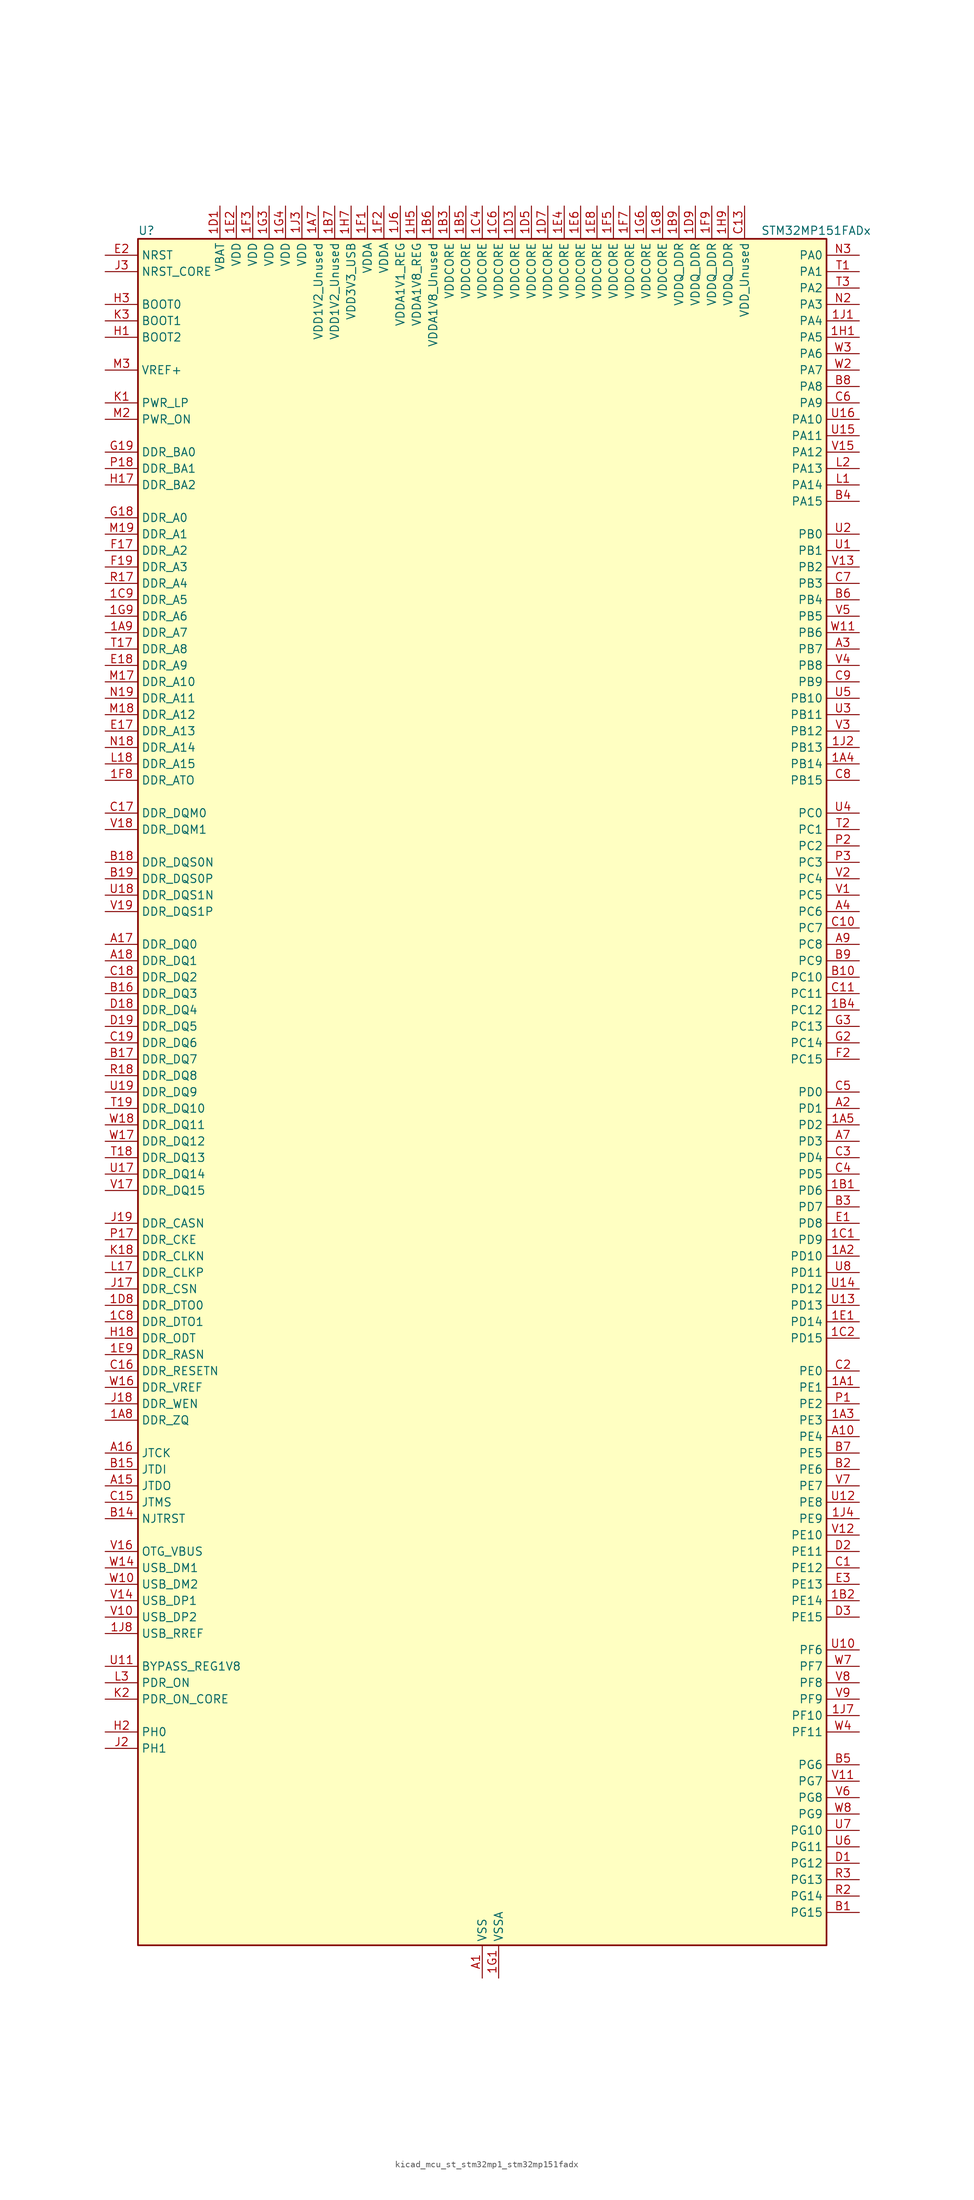
<source format=kicad_sym>
(kicad_symbol_lib
  (version 20220914)
  (generator kicad_symbol_editor)
  (symbol "kicad_mcu_st_stm32mp1_stm32mp151fadx"
    (property "Reference" "U"
      (at -53.34 133.35 0)
      (effects (font (size 1.27 1.27)) (justify left)))
    (property "Value" "STM32MP151FADx"
      (at 43.18 133.35 0)
      (effects (font (size 1.27 1.27)) (justify left)))
    (property "ki_locked" ""
      (at 0 0 0)
      (effects (font (size 1.27 1.27))))
    (symbol "kicad_mcu_st_stm32mp1_stm32mp151fadx_0_1"
      (rectangle (start -53.34 -132.08) (end 53.34 132.08) (stroke (width 0.254) (type default)) (fill (type background))))
    (symbol "kicad_mcu_st_stm32mp1_stm32mp151fadx_1_1"
      (pin bidirectional line (at 58.42 -45.72 180) (length 5.08) (name "PE1" (effects (font (size 1.27 1.27)))) (number "1A1" (effects (font (size 1.27 1.27)))) (alternate "DCMI_D3" bidirectional line) (alternate "FMC_NBL1" bidirectional line) (alternate "I2S2_MCK" bidirectional line) (alternate "LPTIM1_IN2" bidirectional line) (alternate "SAI3_SD_B" bidirectional line) (alternate "UART8_TX" bidirectional line))
      (pin bidirectional line (at 58.42 -25.4 180) (length 5.08) (name "PD10" (effects (font (size 1.27 1.27)))) (number "1A2" (effects (font (size 1.27 1.27)))) (alternate "DFSDM1_CKOUT" bidirectional line) (alternate "FMC_D15" bidirectional line) (alternate "FMC_DA15" bidirectional line) (alternate "I2C5_SMBA" bidirectional line) (alternate "I2S3_SDI" bidirectional line) (alternate "LTDC_B3" bidirectional line) (alternate "RTC_REFIN" bidirectional line) (alternate "SAI3_FS_B" bidirectional line) (alternate "SPI3_MISO" bidirectional line) (alternate "TIM16_BKIN" bidirectional line) (alternate "USART3_CK" bidirectional line))
      (pin bidirectional line (at 58.42 -50.8 180) (length 5.08) (name "PE3" (effects (font (size 1.27 1.27)))) (number "1A3" (effects (font (size 1.27 1.27)))) (alternate "DEBUG_TRACED0" bidirectional line) (alternate "FMC_A19" bidirectional line) (alternate "SAI1_SD_B" bidirectional line) (alternate "SDMMC2_CK" bidirectional line) (alternate "TIM15_BKIN" bidirectional line))
      (pin bidirectional line (at 58.42 50.8 180) (length 5.08) (name "PB14" (effects (font (size 1.27 1.27)))) (number "1A4" (effects (font (size 1.27 1.27)))) (alternate "DFSDM1_DATIN2" bidirectional line) (alternate "I2S2_SDI" bidirectional line) (alternate "SDMMC2_D0" bidirectional line) (alternate "SPI2_MISO" bidirectional line) (alternate "TIM12_CH1" bidirectional line) (alternate "TIM1_CH2N" bidirectional line) (alternate "TIM8_CH2N" bidirectional line) (alternate "USART1_TX" bidirectional line) (alternate "USART3_DE" bidirectional line) (alternate "USART3_RTS" bidirectional line))
      (pin bidirectional line (at 58.42 -5.08 180) (length 5.08) (name "PD2" (effects (font (size 1.27 1.27)))) (number "1A5" (effects (font (size 1.27 1.27)))) (alternate "DCMI_D11" bidirectional line) (alternate "I2C5_SMBA" bidirectional line) (alternate "SDMMC1_CMD" bidirectional line) (alternate "TIM3_ETR" bidirectional line) (alternate "UART4_RX" bidirectional line) (alternate "UART5_RX" bidirectional line))
      (pin passive line (at 0 -137.16 90) (length 5.08) hide (name "VSS" (effects (font (size 1.27 1.27)))) (number "1A6" (effects (font (size 1.27 1.27)))))
      (pin power_in line (at -25.4 137.16 270) (length 5.08) (name "VDD1V2_Unused" (effects (font (size 1.27 1.27)))) (number "1A7" (effects (font (size 1.27 1.27)))))
      (pin bidirectional line (at -58.42 -50.8 0) (length 5.08) (name "DDR_ZQ" (effects (font (size 1.27 1.27)))) (number "1A8" (effects (font (size 1.27 1.27)))) (alternate "DDR_ZQ" bidirectional line))
      (pin bidirectional line (at -58.42 71.12 0) (length 5.08) (name "DDR_A7" (effects (font (size 1.27 1.27)))) (number "1A9" (effects (font (size 1.27 1.27)))) (alternate "DDR_A7" bidirectional line))
      (pin bidirectional line (at 58.42 -15.24 180) (length 5.08) (name "PD6" (effects (font (size 1.27 1.27)))) (number "1B1" (effects (font (size 1.27 1.27)))) (alternate "DCMI_D10" bidirectional line) (alternate "DFSDM1_CKIN4" bidirectional line) (alternate "DFSDM1_DATIN1" bidirectional line) (alternate "FMC_NWAIT" bidirectional line) (alternate "I2S3_SDO" bidirectional line) (alternate "LTDC_B2" bidirectional line) (alternate "SAI1_D1" bidirectional line) (alternate "SAI1_SD_A" bidirectional line) (alternate "SPI3_MOSI" bidirectional line) (alternate "TIM16_CH1N" bidirectional line) (alternate "USART2_RX" bidirectional line))
      (pin bidirectional line (at 58.42 -78.74 180) (length 5.08) (name "PE14" (effects (font (size 1.27 1.27)))) (number "1B2" (effects (font (size 1.27 1.27)))) (alternate "FMC_D11" bidirectional line) (alternate "FMC_DA11" bidirectional line) (alternate "LTDC_CLK" bidirectional line) (alternate "LTDC_G0" bidirectional line) (alternate "SAI2_MCLK_B" bidirectional line) (alternate "SDMMC1_D123DIR" bidirectional line) (alternate "SPI4_MOSI" bidirectional line) (alternate "TIM1_CH4" bidirectional line) (alternate "UART8_DE" bidirectional line) (alternate "UART8_RTS" bidirectional line))
      (pin power_in line (at -5.08 137.16 270) (length 5.08) (name "VDDCORE" (effects (font (size 1.27 1.27)))) (number "1B3" (effects (font (size 1.27 1.27)))))
      (pin bidirectional line (at 58.42 12.7 180) (length 5.08) (name "PC12" (effects (font (size 1.27 1.27)))) (number "1B4" (effects (font (size 1.27 1.27)))) (alternate "DCMI_D9" bidirectional line) (alternate "DEBUG_TRACECLK" bidirectional line) (alternate "I2S3_SDO" bidirectional line) (alternate "RCC_MCO_2" bidirectional line) (alternate "SAI4_D3" bidirectional line) (alternate "SAI4_SD_B" bidirectional line) (alternate "SDMMC1_CK" bidirectional line) (alternate "SPI3_MOSI" bidirectional line) (alternate "UART5_TX" bidirectional line) (alternate "USART3_CK" bidirectional line))
      (pin power_in line (at -2.54 137.16 270) (length 5.08) (name "VDDCORE" (effects (font (size 1.27 1.27)))) (number "1B5" (effects (font (size 1.27 1.27)))))
      (pin power_in line (at -7.62 137.16 270) (length 5.08) (name "VDDA1V8_Unused" (effects (font (size 1.27 1.27)))) (number "1B6" (effects (font (size 1.27 1.27)))))
      (pin power_in line (at -22.86 137.16 270) (length 5.08) (name "VDD1V2_Unused" (effects (font (size 1.27 1.27)))) (number "1B7" (effects (font (size 1.27 1.27)))))
      (pin passive line (at 0 -137.16 90) (length 5.08) hide (name "VSS" (effects (font (size 1.27 1.27)))) (number "1B8" (effects (font (size 1.27 1.27)))))
      (pin power_in line (at 30.48 137.16 270) (length 5.08) (name "VDDQ_DDR" (effects (font (size 1.27 1.27)))) (number "1B9" (effects (font (size 1.27 1.27)))))
      (pin bidirectional line (at 58.42 -22.86 180) (length 5.08) (name "PD9" (effects (font (size 1.27 1.27)))) (number "1C1" (effects (font (size 1.27 1.27)))) (alternate "DAC1_EXTI9" bidirectional line) (alternate "DCMI_HSYNC" bidirectional line) (alternate "DFSDM1_DATIN3" bidirectional line) (alternate "FMC_D14" bidirectional line) (alternate "FMC_DA14" bidirectional line) (alternate "LTDC_B0" bidirectional line) (alternate "SAI3_SD_B" bidirectional line) (alternate "USART3_RX" bidirectional line))
      (pin bidirectional line (at 58.42 -38.1 180) (length 5.08) (name "PD15" (effects (font (size 1.27 1.27)))) (number "1C2" (effects (font (size 1.27 1.27)))) (alternate "ADC1_EXTI15" bidirectional line) (alternate "ADC2_EXTI15" bidirectional line) (alternate "FMC_D1" bidirectional line) (alternate "FMC_DA1" bidirectional line) (alternate "LTDC_R1" bidirectional line) (alternate "SAI3_MCLK_A" bidirectional line) (alternate "TIM4_CH4" bidirectional line) (alternate "UART8_CTS" bidirectional line))
      (pin passive line (at 0 -137.16 90) (length 5.08) hide (name "VSS" (effects (font (size 1.27 1.27)))) (number "1C3" (effects (font (size 1.27 1.27)))))
      (pin power_in line (at 0 137.16 270) (length 5.08) (name "VDDCORE" (effects (font (size 1.27 1.27)))) (number "1C4" (effects (font (size 1.27 1.27)))))
      (pin passive line (at 0 -137.16 90) (length 5.08) hide (name "VSS" (effects (font (size 1.27 1.27)))) (number "1C5" (effects (font (size 1.27 1.27)))))
      (pin power_in line (at 2.54 137.16 270) (length 5.08) (name "VDDCORE" (effects (font (size 1.27 1.27)))) (number "1C6" (effects (font (size 1.27 1.27)))))
      (pin passive line (at 0 -137.16 90) (length 5.08) hide (name "VSS" (effects (font (size 1.27 1.27)))) (number "1C7" (effects (font (size 1.27 1.27)))))
      (pin bidirectional line (at -58.42 -35.56 0) (length 5.08) (name "DDR_DTO1" (effects (font (size 1.27 1.27)))) (number "1C8" (effects (font (size 1.27 1.27)))) (alternate "DDR_DTO1" bidirectional line))
      (pin bidirectional line (at -58.42 76.2 0) (length 5.08) (name "DDR_A5" (effects (font (size 1.27 1.27)))) (number "1C9" (effects (font (size 1.27 1.27)))) (alternate "DDR_A5" bidirectional line))
      (pin power_in line (at -40.64 137.16 270) (length 5.08) (name "VBAT" (effects (font (size 1.27 1.27)))) (number "1D1" (effects (font (size 1.27 1.27)))))
      (pin passive line (at 0 -137.16 90) (length 5.08) hide (name "VSS" (effects (font (size 1.27 1.27)))) (number "1D2" (effects (font (size 1.27 1.27)))))
      (pin power_in line (at 5.08 137.16 270) (length 5.08) (name "VDDCORE" (effects (font (size 1.27 1.27)))) (number "1D3" (effects (font (size 1.27 1.27)))))
      (pin passive line (at 0 -137.16 90) (length 5.08) hide (name "VSS" (effects (font (size 1.27 1.27)))) (number "1D4" (effects (font (size 1.27 1.27)))))
      (pin power_in line (at 7.62 137.16 270) (length 5.08) (name "VDDCORE" (effects (font (size 1.27 1.27)))) (number "1D5" (effects (font (size 1.27 1.27)))))
      (pin passive line (at 0 -137.16 90) (length 5.08) hide (name "VSS" (effects (font (size 1.27 1.27)))) (number "1D6" (effects (font (size 1.27 1.27)))))
      (pin power_in line (at 10.16 137.16 270) (length 5.08) (name "VDDCORE" (effects (font (size 1.27 1.27)))) (number "1D7" (effects (font (size 1.27 1.27)))))
      (pin bidirectional line (at -58.42 -33.02 0) (length 5.08) (name "DDR_DTO0" (effects (font (size 1.27 1.27)))) (number "1D8" (effects (font (size 1.27 1.27)))) (alternate "DDR_DTO0" bidirectional line))
      (pin power_in line (at 33.02 137.16 270) (length 5.08) (name "VDDQ_DDR" (effects (font (size 1.27 1.27)))) (number "1D9" (effects (font (size 1.27 1.27)))))
      (pin bidirectional line (at 58.42 -35.56 180) (length 5.08) (name "PD14" (effects (font (size 1.27 1.27)))) (number "1E1" (effects (font (size 1.27 1.27)))) (alternate "FMC_D0" bidirectional line) (alternate "FMC_DA0" bidirectional line) (alternate "SAI3_MCLK_B" bidirectional line) (alternate "TIM4_CH3" bidirectional line) (alternate "UART8_CTS" bidirectional line))
      (pin power_in line (at -38.1 137.16 270) (length 5.08) (name "VDD" (effects (font (size 1.27 1.27)))) (number "1E2" (effects (font (size 1.27 1.27)))))
      (pin passive line (at 0 -137.16 90) (length 5.08) hide (name "VSS" (effects (font (size 1.27 1.27)))) (number "1E3" (effects (font (size 1.27 1.27)))))
      (pin power_in line (at 12.7 137.16 270) (length 5.08) (name "VDDCORE" (effects (font (size 1.27 1.27)))) (number "1E4" (effects (font (size 1.27 1.27)))))
      (pin passive line (at 0 -137.16 90) (length 5.08) hide (name "VSS" (effects (font (size 1.27 1.27)))) (number "1E5" (effects (font (size 1.27 1.27)))))
      (pin power_in line (at 15.24 137.16 270) (length 5.08) (name "VDDCORE" (effects (font (size 1.27 1.27)))) (number "1E6" (effects (font (size 1.27 1.27)))))
      (pin passive line (at 0 -137.16 90) (length 5.08) hide (name "VSS" (effects (font (size 1.27 1.27)))) (number "1E7" (effects (font (size 1.27 1.27)))))
      (pin power_in line (at 17.78 137.16 270) (length 5.08) (name "VDDCORE" (effects (font (size 1.27 1.27)))) (number "1E8" (effects (font (size 1.27 1.27)))))
      (pin bidirectional line (at -58.42 -40.64 0) (length 5.08) (name "DDR_RASN" (effects (font (size 1.27 1.27)))) (number "1E9" (effects (font (size 1.27 1.27)))) (alternate "DDR_RASN" bidirectional line))
      (pin power_in line (at -17.78 137.16 270) (length 5.08) (name "VDDA" (effects (font (size 1.27 1.27)))) (number "1F1" (effects (font (size 1.27 1.27)))))
      (pin power_in line (at -15.24 137.16 270) (length 5.08) (name "VDDA" (effects (font (size 1.27 1.27)))) (number "1F2" (effects (font (size 1.27 1.27)))))
      (pin power_in line (at -35.56 137.16 270) (length 5.08) (name "VDD" (effects (font (size 1.27 1.27)))) (number "1F3" (effects (font (size 1.27 1.27)))))
      (pin passive line (at 0 -137.16 90) (length 5.08) hide (name "VSS" (effects (font (size 1.27 1.27)))) (number "1F4" (effects (font (size 1.27 1.27)))))
      (pin power_in line (at 20.32 137.16 270) (length 5.08) (name "VDDCORE" (effects (font (size 1.27 1.27)))) (number "1F5" (effects (font (size 1.27 1.27)))))
      (pin passive line (at 0 -137.16 90) (length 5.08) hide (name "VSS" (effects (font (size 1.27 1.27)))) (number "1F6" (effects (font (size 1.27 1.27)))))
      (pin power_in line (at 22.86 137.16 270) (length 5.08) (name "VDDCORE" (effects (font (size 1.27 1.27)))) (number "1F7" (effects (font (size 1.27 1.27)))))
      (pin bidirectional line (at -58.42 48.26 0) (length 5.08) (name "DDR_ATO" (effects (font (size 1.27 1.27)))) (number "1F8" (effects (font (size 1.27 1.27)))) (alternate "DDR_ATO" bidirectional line))
      (pin power_in line (at 35.56 137.16 270) (length 5.08) (name "VDDQ_DDR" (effects (font (size 1.27 1.27)))) (number "1F9" (effects (font (size 1.27 1.27)))))
      (pin power_in line (at 2.54 -137.16 90) (length 5.08) (name "VSSA" (effects (font (size 1.27 1.27)))) (number "1G1" (effects (font (size 1.27 1.27)))))
      (pin passive line (at 0 -137.16 90) (length 5.08) hide (name "VSS" (effects (font (size 1.27 1.27)))) (number "1G2" (effects (font (size 1.27 1.27)))))
      (pin power_in line (at -33.02 137.16 270) (length 5.08) (name "VDD" (effects (font (size 1.27 1.27)))) (number "1G3" (effects (font (size 1.27 1.27)))))
      (pin power_in line (at -30.48 137.16 270) (length 5.08) (name "VDD" (effects (font (size 1.27 1.27)))) (number "1G4" (effects (font (size 1.27 1.27)))))
      (pin passive line (at 0 -137.16 90) (length 5.08) hide (name "VSS" (effects (font (size 1.27 1.27)))) (number "1G5" (effects (font (size 1.27 1.27)))))
      (pin power_in line (at 25.4 137.16 270) (length 5.08) (name "VDDCORE" (effects (font (size 1.27 1.27)))) (number "1G6" (effects (font (size 1.27 1.27)))))
      (pin passive line (at 0 -137.16 90) (length 5.08) hide (name "VSS" (effects (font (size 1.27 1.27)))) (number "1G7" (effects (font (size 1.27 1.27)))))
      (pin power_in line (at 27.94 137.16 270) (length 5.08) (name "VDDCORE" (effects (font (size 1.27 1.27)))) (number "1G8" (effects (font (size 1.27 1.27)))))
      (pin bidirectional line (at -58.42 73.66 0) (length 5.08) (name "DDR_A6" (effects (font (size 1.27 1.27)))) (number "1G9" (effects (font (size 1.27 1.27)))) (alternate "DDR_A6" bidirectional line))
      (pin bidirectional line (at 58.42 116.84 180) (length 5.08) (name "PA5" (effects (font (size 1.27 1.27)))) (number "1H1" (effects (font (size 1.27 1.27)))) (alternate "ADC1_INN18" bidirectional line) (alternate "ADC1_INP19" bidirectional line) (alternate "ADC2_INN18" bidirectional line) (alternate "ADC2_INP19" bidirectional line) (alternate "DAC1_OUT2" bidirectional line) (alternate "I2S1_CK" bidirectional line) (alternate "LTDC_R4" bidirectional line) (alternate "SAI4_CK1" bidirectional line) (alternate "SAI4_MCLK_A" bidirectional line) (alternate "SPI1_SCK" bidirectional line) (alternate "SPI6_SCK" bidirectional line) (alternate "TIM2_CH1" bidirectional line) (alternate "TIM2_ETR" bidirectional line) (alternate "TIM8_CH1N" bidirectional line))
      (pin passive line (at 0 -137.16 90) (length 5.08) hide (name "VSS" (effects (font (size 1.27 1.27)))) (number "1H2" (effects (font (size 1.27 1.27)))))
      (pin passive line (at 0 -137.16 90) (length 5.08) hide (name "VSS" (effects (font (size 1.27 1.27)))) (number "1H3" (effects (font (size 1.27 1.27)))))
      (pin passive line (at 0 -137.16 90) (length 5.08) hide (name "VSS" (effects (font (size 1.27 1.27)))) (number "1H4" (effects (font (size 1.27 1.27)))))
      (pin power_in line (at -10.16 137.16 270) (length 5.08) (name "VDDA1V8_REG" (effects (font (size 1.27 1.27)))) (number "1H5" (effects (font (size 1.27 1.27)))))
      (pin passive line (at 0 -137.16 90) (length 5.08) hide (name "VSS" (effects (font (size 1.27 1.27)))) (number "1H6" (effects (font (size 1.27 1.27)))))
      (pin power_in line (at -20.32 137.16 270) (length 5.08) (name "VDD3V3_USB" (effects (font (size 1.27 1.27)))) (number "1H7" (effects (font (size 1.27 1.27)))))
      (pin passive line (at 0 -137.16 90) (length 5.08) hide (name "VSS" (effects (font (size 1.27 1.27)))) (number "1H8" (effects (font (size 1.27 1.27)))))
      (pin power_in line (at 38.1 137.16 270) (length 5.08) (name "VDDQ_DDR" (effects (font (size 1.27 1.27)))) (number "1H9" (effects (font (size 1.27 1.27)))))
      (pin bidirectional line (at 58.42 119.38 180) (length 5.08) (name "PA4" (effects (font (size 1.27 1.27)))) (number "1J1" (effects (font (size 1.27 1.27)))) (alternate "ADC1_INP18" bidirectional line) (alternate "ADC2_INP18" bidirectional line) (alternate "DAC1_OUT1" bidirectional line) (alternate "DCMI_HSYNC" bidirectional line) (alternate "HDP_HDP0" bidirectional line) (alternate "I2S1_WS" bidirectional line) (alternate "I2S3_WS" bidirectional line) (alternate "LTDC_VSYNC" bidirectional line) (alternate "SAI4_D2" bidirectional line) (alternate "SAI4_FS_A" bidirectional line) (alternate "SPI1_NSS" bidirectional line) (alternate "SPI3_NSS" bidirectional line) (alternate "SPI6_NSS" bidirectional line) (alternate "TIM5_ETR" bidirectional line) (alternate "USART2_CK" bidirectional line))
      (pin bidirectional line (at 58.42 53.34 180) (length 5.08) (name "PB13" (effects (font (size 1.27 1.27)))) (number "1J2" (effects (font (size 1.27 1.27)))) (alternate "DFSDM1_CKIN1" bidirectional line) (alternate "DFSDM1_CKOUT" bidirectional line) (alternate "ETH1_TXD1" bidirectional line) (alternate "I2S2_CK" bidirectional line) (alternate "LPTIM2_OUT" bidirectional line) (alternate "SPI2_SCK" bidirectional line) (alternate "TIM1_CH1N" bidirectional line) (alternate "UART5_TX" bidirectional line) (alternate "USART3_CTS" bidirectional line) (alternate "USART3_NSS" bidirectional line))
      (pin power_in line (at -27.94 137.16 270) (length 5.08) (name "VDD" (effects (font (size 1.27 1.27)))) (number "1J3" (effects (font (size 1.27 1.27)))))
      (pin bidirectional line (at 58.42 -66.04 180) (length 5.08) (name "PE9" (effects (font (size 1.27 1.27)))) (number "1J4" (effects (font (size 1.27 1.27)))) (alternate "DAC1_EXTI9" bidirectional line) (alternate "DFSDM1_CKOUT" bidirectional line) (alternate "FMC_D6" bidirectional line) (alternate "FMC_DA6" bidirectional line) (alternate "QUADSPI_BK2_IO2" bidirectional line) (alternate "TIM1_CH1" bidirectional line) (alternate "UART7_DE" bidirectional line) (alternate "UART7_RTS" bidirectional line))
      (pin passive line (at 0 -137.16 90) (length 5.08) hide (name "VSS" (effects (font (size 1.27 1.27)))) (number "1J5" (effects (font (size 1.27 1.27)))))
      (pin power_in line (at -12.7 137.16 270) (length 5.08) (name "VDDA1V1_REG" (effects (font (size 1.27 1.27)))) (number "1J6" (effects (font (size 1.27 1.27)))))
      (pin bidirectional line (at 58.42 -96.52 180) (length 5.08) (name "PF10" (effects (font (size 1.27 1.27)))) (number "1J7" (effects (font (size 1.27 1.27)))) (alternate "DCMI_D11" bidirectional line) (alternate "LTDC_DE" bidirectional line) (alternate "QUADSPI_CLK" bidirectional line) (alternate "SAI1_D3" bidirectional line) (alternate "SAI1_D4" bidirectional line) (alternate "SAI4_D3" bidirectional line) (alternate "SAI4_D4" bidirectional line) (alternate "TIM16_BKIN" bidirectional line))
      (pin bidirectional line (at -58.42 -83.82 0) (length 5.08) (name "USB_RREF" (effects (font (size 1.27 1.27)))) (number "1J8" (effects (font (size 1.27 1.27)))))
      (pin passive line (at 0 -137.16 90) (length 5.08) hide (name "VSS" (effects (font (size 1.27 1.27)))) (number "1J9" (effects (font (size 1.27 1.27)))))
      (pin power_in line (at 0 -137.16 90) (length 5.08) (name "VSS" (effects (font (size 1.27 1.27)))) (number "A1" (effects (font (size 1.27 1.27)))))
      (pin bidirectional line (at 58.42 -53.34 180) (length 5.08) (name "PE4" (effects (font (size 1.27 1.27)))) (number "A10" (effects (font (size 1.27 1.27)))) (alternate "DCMI_D4" bidirectional line) (alternate "DEBUG_TRACED1" bidirectional line) (alternate "DFSDM1_DATIN3" bidirectional line) (alternate "FMC_A20" bidirectional line) (alternate "LTDC_B0" bidirectional line) (alternate "SAI1_D2" bidirectional line) (alternate "SAI1_FS_A" bidirectional line) (alternate "SDMMC1_CKIN" bidirectional line) (alternate "SDMMC1_D4" bidirectional line) (alternate "SDMMC2_CKIN" bidirectional line) (alternate "SDMMC2_D4" bidirectional line) (alternate "SPI4_NSS" bidirectional line) (alternate "TIM15_CH1N" bidirectional line))
      (pin no_connect line (at -53.34 -132.08 0) (length 5.08) hide (name "DNU" (effects (font (size 1.27 1.27)))) (number "A12" (effects (font (size 1.27 1.27)))))
      (pin no_connect line (at -53.34 -129.54 0) (length 5.08) hide (name "DNU" (effects (font (size 1.27 1.27)))) (number "A13" (effects (font (size 1.27 1.27)))))
      (pin bidirectional line (at -58.42 -60.96 0) (length 5.08) (name "JTDO" (effects (font (size 1.27 1.27)))) (number "A15" (effects (font (size 1.27 1.27)))) (alternate "DEBUG_JTDO-SWO" bidirectional line))
      (pin bidirectional line (at -58.42 -55.88 0) (length 5.08) (name "JTCK" (effects (font (size 1.27 1.27)))) (number "A16" (effects (font (size 1.27 1.27)))) (alternate "DEBUG_JTCK-SWCLK" bidirectional line))
      (pin bidirectional line (at -58.42 22.86 0) (length 5.08) (name "DDR_DQ0" (effects (font (size 1.27 1.27)))) (number "A17" (effects (font (size 1.27 1.27)))) (alternate "DDR_DQ0" bidirectional line))
      (pin bidirectional line (at -58.42 20.32 0) (length 5.08) (name "DDR_DQ1" (effects (font (size 1.27 1.27)))) (number "A18" (effects (font (size 1.27 1.27)))) (alternate "DDR_DQ1" bidirectional line))
      (pin passive line (at 0 -137.16 90) (length 5.08) hide (name "VSS" (effects (font (size 1.27 1.27)))) (number "A19" (effects (font (size 1.27 1.27)))))
      (pin bidirectional line (at 58.42 -2.54 180) (length 5.08) (name "PD1" (effects (font (size 1.27 1.27)))) (number "A2" (effects (font (size 1.27 1.27)))) (alternate "DFSDM1_CKIN7" bidirectional line) (alternate "DFSDM1_DATIN6" bidirectional line) (alternate "FMC_D3" bidirectional line) (alternate "FMC_DA3" bidirectional line) (alternate "I2C5_SCL" bidirectional line) (alternate "I2C6_SCL" bidirectional line) (alternate "SAI3_SD_A" bidirectional line) (alternate "SDMMC3_D0" bidirectional line) (alternate "UART4_TX" bidirectional line))
      (pin bidirectional line (at 58.42 68.58 180) (length 5.08) (name "PB7" (effects (font (size 1.27 1.27)))) (number "A3" (effects (font (size 1.27 1.27)))) (alternate "DCMI_VSYNC" bidirectional line) (alternate "DFSDM1_CKIN5" bidirectional line) (alternate "FMC_NL" bidirectional line) (alternate "I2C1_SDA" bidirectional line) (alternate "I2C4_SDA" bidirectional line) (alternate "SDMMC2_D1" bidirectional line) (alternate "TIM17_CH1N" bidirectional line) (alternate "TIM4_CH2" bidirectional line) (alternate "USART1_RX" bidirectional line))
      (pin bidirectional line (at 58.42 27.94 180) (length 5.08) (name "PC6" (effects (font (size 1.27 1.27)))) (number "A4" (effects (font (size 1.27 1.27)))) (alternate "DCMI_D0" bidirectional line) (alternate "DFSDM1_CKIN3" bidirectional line) (alternate "HDP_HDP1" bidirectional line) (alternate "I2S2_MCK" bidirectional line) (alternate "LTDC_HSYNC" bidirectional line) (alternate "SDMMC1_D0DIR" bidirectional line) (alternate "SDMMC1_D6" bidirectional line) (alternate "SDMMC2_D0DIR" bidirectional line) (alternate "SDMMC2_D6" bidirectional line) (alternate "TIM3_CH1" bidirectional line) (alternate "TIM8_CH1" bidirectional line) (alternate "USART6_TX" bidirectional line))
      (pin passive line (at 0 -137.16 90) (length 5.08) hide (name "VSS" (effects (font (size 1.27 1.27)))) (number "A6" (effects (font (size 1.27 1.27)))))
      (pin bidirectional line (at 58.42 -7.62 180) (length 5.08) (name "PD3" (effects (font (size 1.27 1.27)))) (number "A7" (effects (font (size 1.27 1.27)))) (alternate "DCMI_D5" bidirectional line) (alternate "DFSDM1_CKOUT" bidirectional line) (alternate "DFSDM1_DATIN0" bidirectional line) (alternate "FMC_CLK" bidirectional line) (alternate "HDP_HDP5" bidirectional line) (alternate "I2S2_CK" bidirectional line) (alternate "LTDC_G7" bidirectional line) (alternate "SDMMC1_D123DIR" bidirectional line) (alternate "SDMMC1_D7" bidirectional line) (alternate "SDMMC2_D123DIR" bidirectional line) (alternate "SDMMC2_D7" bidirectional line) (alternate "SPI2_SCK" bidirectional line) (alternate "USART2_CTS" bidirectional line) (alternate "USART2_NSS" bidirectional line))
      (pin bidirectional line (at 58.42 22.86 180) (length 5.08) (name "PC8" (effects (font (size 1.27 1.27)))) (number "A9" (effects (font (size 1.27 1.27)))) (alternate "DCMI_D2" bidirectional line) (alternate "DEBUG_TRACED0" bidirectional line) (alternate "SDMMC1_D0" bidirectional line) (alternate "TIM3_CH3" bidirectional line) (alternate "TIM8_CH3" bidirectional line) (alternate "UART4_TX" bidirectional line) (alternate "UART5_DE" bidirectional line) (alternate "UART5_RTS" bidirectional line) (alternate "USART6_CK" bidirectional line))
      (pin bidirectional line (at 58.42 -127 180) (length 5.08) (name "PG15" (effects (font (size 1.27 1.27)))) (number "B1" (effects (font (size 1.27 1.27)))) (alternate "ADC1_EXTI15" bidirectional line) (alternate "ADC2_EXTI15" bidirectional line) (alternate "DCMI_D13" bidirectional line) (alternate "DEBUG_TRACED7" bidirectional line) (alternate "I2C2_SDA" bidirectional line) (alternate "SAI1_D2" bidirectional line) (alternate "SAI1_FS_A" bidirectional line) (alternate "SDMMC3_CK" bidirectional line) (alternate "USART6_CTS" bidirectional line) (alternate "USART6_NSS" bidirectional line))
      (pin bidirectional line (at 58.42 17.78 180) (length 5.08) (name "PC10" (effects (font (size 1.27 1.27)))) (number "B10" (effects (font (size 1.27 1.27)))) (alternate "DCMI_D8" bidirectional line) (alternate "DEBUG_TRACED2" bidirectional line) (alternate "DFSDM1_CKIN5" bidirectional line) (alternate "I2S3_CK" bidirectional line) (alternate "LTDC_R2" bidirectional line) (alternate "QUADSPI_BK1_IO1" bidirectional line) (alternate "SAI4_MCLK_B" bidirectional line) (alternate "SDMMC1_D2" bidirectional line) (alternate "SPI3_SCK" bidirectional line) (alternate "UART4_TX" bidirectional line) (alternate "USART3_TX" bidirectional line))
      (pin no_connect line (at -53.34 -127 0) (length 5.08) hide (name "DNU" (effects (font (size 1.27 1.27)))) (number "B11" (effects (font (size 1.27 1.27)))))
      (pin no_connect line (at -53.34 -124.46 0) (length 5.08) hide (name "DNU" (effects (font (size 1.27 1.27)))) (number "B12" (effects (font (size 1.27 1.27)))))
      (pin no_connect line (at -53.34 -121.92 0) (length 5.08) hide (name "DNU" (effects (font (size 1.27 1.27)))) (number "B13" (effects (font (size 1.27 1.27)))))
      (pin bidirectional line (at -58.42 -66.04 0) (length 5.08) (name "NJTRST" (effects (font (size 1.27 1.27)))) (number "B14" (effects (font (size 1.27 1.27)))) (alternate "DEBUG_JTRST" bidirectional line))
      (pin bidirectional line (at -58.42 -58.42 0) (length 5.08) (name "JTDI" (effects (font (size 1.27 1.27)))) (number "B15" (effects (font (size 1.27 1.27)))) (alternate "DEBUG_JTDI" bidirectional line))
      (pin bidirectional line (at -58.42 15.24 0) (length 5.08) (name "DDR_DQ3" (effects (font (size 1.27 1.27)))) (number "B16" (effects (font (size 1.27 1.27)))) (alternate "DDR_DQ3" bidirectional line))
      (pin bidirectional line (at -58.42 5.08 0) (length 5.08) (name "DDR_DQ7" (effects (font (size 1.27 1.27)))) (number "B17" (effects (font (size 1.27 1.27)))) (alternate "DDR_DQ7" bidirectional line))
      (pin bidirectional line (at -58.42 35.56 0) (length 5.08) (name "DDR_DQS0N" (effects (font (size 1.27 1.27)))) (number "B18" (effects (font (size 1.27 1.27)))) (alternate "DDR_DQS0N" bidirectional line))
      (pin bidirectional line (at -58.42 33.02 0) (length 5.08) (name "DDR_DQS0P" (effects (font (size 1.27 1.27)))) (number "B19" (effects (font (size 1.27 1.27)))) (alternate "DDR_DQS0P" bidirectional line))
      (pin bidirectional line (at 58.42 -58.42 180) (length 5.08) (name "PE6" (effects (font (size 1.27 1.27)))) (number "B2" (effects (font (size 1.27 1.27)))) (alternate "DCMI_D7" bidirectional line) (alternate "DEBUG_TRACED2" bidirectional line) (alternate "FMC_A22" bidirectional line) (alternate "LTDC_G1" bidirectional line) (alternate "SAI1_D1" bidirectional line) (alternate "SAI1_SD_A" bidirectional line) (alternate "SAI2_MCLK_B" bidirectional line) (alternate "SDMMC1_D2" bidirectional line) (alternate "SDMMC2_D0" bidirectional line) (alternate "SPI4_MOSI" bidirectional line) (alternate "TIM15_CH2" bidirectional line) (alternate "TIM1_BKIN2" bidirectional line))
      (pin bidirectional line (at 58.42 -17.78 180) (length 5.08) (name "PD7" (effects (font (size 1.27 1.27)))) (number "B3" (effects (font (size 1.27 1.27)))) (alternate "DEBUG_TRACED6" bidirectional line) (alternate "DFSDM1_CKIN1" bidirectional line) (alternate "DFSDM1_DATIN4" bidirectional line) (alternate "FMC_NE1" bidirectional line) (alternate "I2C2_SCL" bidirectional line) (alternate "SDMMC3_D3" bidirectional line) (alternate "SPDIFRX_IN0" bidirectional line) (alternate "USART2_CK" bidirectional line))
      (pin bidirectional line (at 58.42 91.44 180) (length 5.08) (name "PA15" (effects (font (size 1.27 1.27)))) (number "B4" (effects (font (size 1.27 1.27)))) (alternate "ADC1_EXTI15" bidirectional line) (alternate "ADC2_EXTI15" bidirectional line) (alternate "CEC" bidirectional line) (alternate "DEBUG_DBTRGI" bidirectional line) (alternate "I2S1_WS" bidirectional line) (alternate "I2S3_WS" bidirectional line) (alternate "LTDC_R1" bidirectional line) (alternate "SAI4_D2" bidirectional line) (alternate "SAI4_FS_A" bidirectional line) (alternate "SDMMC1_CDIR" bidirectional line) (alternate "SDMMC1_D5" bidirectional line) (alternate "SDMMC2_CDIR" bidirectional line) (alternate "SDMMC2_D5" bidirectional line) (alternate "SPI1_NSS" bidirectional line) (alternate "SPI3_NSS" bidirectional line) (alternate "SPI6_NSS" bidirectional line) (alternate "TIM2_CH1" bidirectional line) (alternate "TIM2_ETR" bidirectional line) (alternate "UART4_DE" bidirectional line) (alternate "UART4_RTS" bidirectional line) (alternate "UART7_TX" bidirectional line))
      (pin bidirectional line (at 58.42 -104.14 180) (length 5.08) (name "PG6" (effects (font (size 1.27 1.27)))) (number "B5" (effects (font (size 1.27 1.27)))) (alternate "DCMI_D12" bidirectional line) (alternate "DEBUG_TRACED14" bidirectional line) (alternate "LTDC_R7" bidirectional line) (alternate "SDMMC2_CMD" bidirectional line) (alternate "TIM17_BKIN" bidirectional line))
      (pin bidirectional line (at 58.42 76.2 180) (length 5.08) (name "PB4" (effects (font (size 1.27 1.27)))) (number "B6" (effects (font (size 1.27 1.27)))) (alternate "DEBUG_TRACED8" bidirectional line) (alternate "I2S1_SDI" bidirectional line) (alternate "I2S2_WS" bidirectional line) (alternate "I2S3_SDI" bidirectional line) (alternate "SAI4_CK2" bidirectional line) (alternate "SAI4_SCK_A" bidirectional line) (alternate "SDMMC2_D3" bidirectional line) (alternate "SPI1_MISO" bidirectional line) (alternate "SPI2_NSS" bidirectional line) (alternate "SPI3_MISO" bidirectional line) (alternate "SPI6_MISO" bidirectional line) (alternate "TIM16_BKIN" bidirectional line) (alternate "TIM3_CH1" bidirectional line) (alternate "UART7_TX" bidirectional line))
      (pin bidirectional line (at 58.42 -55.88 180) (length 5.08) (name "PE5" (effects (font (size 1.27 1.27)))) (number "B7" (effects (font (size 1.27 1.27)))) (alternate "DCMI_D6" bidirectional line) (alternate "DEBUG_TRACED3" bidirectional line) (alternate "DFSDM1_CKIN3" bidirectional line) (alternate "FMC_A21" bidirectional line) (alternate "LTDC_G0" bidirectional line) (alternate "SAI1_CK2" bidirectional line) (alternate "SAI1_SCK_A" bidirectional line) (alternate "SDMMC1_D0DIR" bidirectional line) (alternate "SDMMC1_D6" bidirectional line) (alternate "SDMMC2_D0DIR" bidirectional line) (alternate "SDMMC2_D6" bidirectional line) (alternate "SPI4_MISO" bidirectional line) (alternate "TIM15_CH1" bidirectional line))
      (pin bidirectional line (at 58.42 109.22 180) (length 5.08) (name "PA8" (effects (font (size 1.27 1.27)))) (number "B8" (effects (font (size 1.27 1.27)))) (alternate "I2C3_SCL" bidirectional line) (alternate "I2S3_SDO" bidirectional line) (alternate "LTDC_R6" bidirectional line) (alternate "RCC_MCO_1" bidirectional line) (alternate "SAI4_SD_B" bidirectional line) (alternate "SDMMC2_CKIN" bidirectional line) (alternate "SDMMC2_D4" bidirectional line) (alternate "SPI3_MOSI" bidirectional line) (alternate "TIM1_CH1" bidirectional line) (alternate "TIM8_BKIN2" bidirectional line) (alternate "UART7_RX" bidirectional line) (alternate "USART1_CK" bidirectional line) (alternate "USB_OTG_HS_SOF" bidirectional line))
      (pin bidirectional line (at 58.42 20.32 180) (length 5.08) (name "PC9" (effects (font (size 1.27 1.27)))) (number "B9" (effects (font (size 1.27 1.27)))) (alternate "DAC1_EXTI9" bidirectional line) (alternate "DCMI_D3" bidirectional line) (alternate "DEBUG_TRACED1" bidirectional line) (alternate "I2C3_SDA" bidirectional line) (alternate "I2S_CKIN" bidirectional line) (alternate "LTDC_B2" bidirectional line) (alternate "QUADSPI_BK1_IO0" bidirectional line) (alternate "SDMMC1_D1" bidirectional line) (alternate "TIM3_CH4" bidirectional line) (alternate "TIM8_CH4" bidirectional line) (alternate "UART5_CTS" bidirectional line))
      (pin bidirectional line (at 58.42 -73.66 180) (length 5.08) (name "PE12" (effects (font (size 1.27 1.27)))) (number "C1" (effects (font (size 1.27 1.27)))) (alternate "DFSDM1_DATIN5" bidirectional line) (alternate "FMC_D9" bidirectional line) (alternate "FMC_DA9" bidirectional line) (alternate "LTDC_B4" bidirectional line) (alternate "SAI2_SCK_B" bidirectional line) (alternate "SDMMC1_D0DIR" bidirectional line) (alternate "SPI4_SCK" bidirectional line) (alternate "TIM1_CH3N" bidirectional line))
      (pin bidirectional line (at 58.42 25.4 180) (length 5.08) (name "PC7" (effects (font (size 1.27 1.27)))) (number "C10" (effects (font (size 1.27 1.27)))) (alternate "DCMI_D1" bidirectional line) (alternate "DFSDM1_DATIN3" bidirectional line) (alternate "HDP_HDP4" bidirectional line) (alternate "I2S3_MCK" bidirectional line) (alternate "LTDC_G6" bidirectional line) (alternate "SDMMC1_D123DIR" bidirectional line) (alternate "SDMMC1_D7" bidirectional line) (alternate "SDMMC2_D123DIR" bidirectional line) (alternate "SDMMC2_D7" bidirectional line) (alternate "TIM3_CH2" bidirectional line) (alternate "TIM8_CH2" bidirectional line) (alternate "USART6_RX" bidirectional line))
      (pin bidirectional line (at 58.42 15.24 180) (length 5.08) (name "PC11" (effects (font (size 1.27 1.27)))) (number "C11" (effects (font (size 1.27 1.27)))) (alternate "ADC1_EXTI11" bidirectional line) (alternate "ADC2_EXTI11" bidirectional line) (alternate "DCMI_D4" bidirectional line) (alternate "DEBUG_TRACED3" bidirectional line) (alternate "DFSDM1_DATIN5" bidirectional line) (alternate "I2S3_SDI" bidirectional line) (alternate "QUADSPI_BK2_NCS" bidirectional line) (alternate "SAI4_SCK_B" bidirectional line) (alternate "SDMMC1_D3" bidirectional line) (alternate "SPI3_MISO" bidirectional line) (alternate "UART4_RX" bidirectional line) (alternate "USART3_RX" bidirectional line))
      (pin no_connect line (at -53.34 -119.38 0) (length 5.08) hide (name "DNU" (effects (font (size 1.27 1.27)))) (number "C12" (effects (font (size 1.27 1.27)))))
      (pin power_in line (at 40.64 137.16 270) (length 5.08) (name "VDD_Unused" (effects (font (size 1.27 1.27)))) (number "C13" (effects (font (size 1.27 1.27)))))
      (pin passive line (at 0 -137.16 90) (length 5.08) hide (name "VSS" (effects (font (size 1.27 1.27)))) (number "C14" (effects (font (size 1.27 1.27)))))
      (pin bidirectional line (at -58.42 -63.5 0) (length 5.08) (name "JTMS" (effects (font (size 1.27 1.27)))) (number "C15" (effects (font (size 1.27 1.27)))) (alternate "DEBUG_JTMS-SWDIO" bidirectional line))
      (pin bidirectional line (at -58.42 -43.18 0) (length 5.08) (name "DDR_RESETN" (effects (font (size 1.27 1.27)))) (number "C16" (effects (font (size 1.27 1.27)))) (alternate "DDR_RESETN" bidirectional line))
      (pin bidirectional line (at -58.42 43.18 0) (length 5.08) (name "DDR_DQM0" (effects (font (size 1.27 1.27)))) (number "C17" (effects (font (size 1.27 1.27)))) (alternate "DDR_DQM0" bidirectional line))
      (pin bidirectional line (at -58.42 17.78 0) (length 5.08) (name "DDR_DQ2" (effects (font (size 1.27 1.27)))) (number "C18" (effects (font (size 1.27 1.27)))) (alternate "DDR_DQ2" bidirectional line))
      (pin bidirectional line (at -58.42 7.62 0) (length 5.08) (name "DDR_DQ6" (effects (font (size 1.27 1.27)))) (number "C19" (effects (font (size 1.27 1.27)))) (alternate "DDR_DQ6" bidirectional line))
      (pin bidirectional line (at 58.42 -43.18 180) (length 5.08) (name "PE0" (effects (font (size 1.27 1.27)))) (number "C2" (effects (font (size 1.27 1.27)))) (alternate "DCMI_D2" bidirectional line) (alternate "FMC_NBL0" bidirectional line) (alternate "I2S3_CK" bidirectional line) (alternate "LPTIM1_ETR" bidirectional line) (alternate "LPTIM2_ETR" bidirectional line) (alternate "SAI2_MCLK_A" bidirectional line) (alternate "SAI4_MCLK_B" bidirectional line) (alternate "SPI3_SCK" bidirectional line) (alternate "TIM4_ETR" bidirectional line) (alternate "UART8_RX" bidirectional line))
      (pin bidirectional line (at 58.42 -10.16 180) (length 5.08) (name "PD4" (effects (font (size 1.27 1.27)))) (number "C3" (effects (font (size 1.27 1.27)))) (alternate "DFSDM1_CKIN0" bidirectional line) (alternate "FMC_NOE" bidirectional line) (alternate "SAI3_FS_A" bidirectional line) (alternate "SDMMC3_D1" bidirectional line) (alternate "USART2_DE" bidirectional line) (alternate "USART2_RTS" bidirectional line))
      (pin bidirectional line (at 58.42 -12.7 180) (length 5.08) (name "PD5" (effects (font (size 1.27 1.27)))) (number "C4" (effects (font (size 1.27 1.27)))) (alternate "FMC_NWE" bidirectional line) (alternate "SDMMC3_D2" bidirectional line) (alternate "USART2_TX" bidirectional line))
      (pin bidirectional line (at 58.42 0 180) (length 5.08) (name "PD0" (effects (font (size 1.27 1.27)))) (number "C5" (effects (font (size 1.27 1.27)))) (alternate "DFSDM1_CKIN6" bidirectional line) (alternate "DFSDM1_DATIN7" bidirectional line) (alternate "FMC_D2" bidirectional line) (alternate "FMC_DA2" bidirectional line) (alternate "I2C5_SDA" bidirectional line) (alternate "I2C6_SDA" bidirectional line) (alternate "SAI3_SCK_A" bidirectional line) (alternate "SDMMC3_CMD" bidirectional line) (alternate "UART4_RX" bidirectional line))
      (pin bidirectional line (at 58.42 106.68 180) (length 5.08) (name "PA9" (effects (font (size 1.27 1.27)))) (number "C6" (effects (font (size 1.27 1.27)))) (alternate "DAC1_EXTI9" bidirectional line) (alternate "DCMI_D0" bidirectional line) (alternate "I2C3_SMBA" bidirectional line) (alternate "I2S2_CK" bidirectional line) (alternate "LTDC_R5" bidirectional line) (alternate "SDMMC2_CDIR" bidirectional line) (alternate "SDMMC2_D5" bidirectional line) (alternate "SPI2_SCK" bidirectional line) (alternate "TIM1_CH2" bidirectional line) (alternate "USART1_TX" bidirectional line))
      (pin bidirectional line (at 58.42 78.74 180) (length 5.08) (name "PB3" (effects (font (size 1.27 1.27)))) (number "C7" (effects (font (size 1.27 1.27)))) (alternate "DEBUG_TRACED9" bidirectional line) (alternate "I2S1_CK" bidirectional line) (alternate "I2S3_CK" bidirectional line) (alternate "SAI4_CK1" bidirectional line) (alternate "SAI4_MCLK_A" bidirectional line) (alternate "SDMMC2_D2" bidirectional line) (alternate "SPI1_SCK" bidirectional line) (alternate "SPI3_SCK" bidirectional line) (alternate "SPI6_SCK" bidirectional line) (alternate "TIM2_CH2" bidirectional line) (alternate "UART7_RX" bidirectional line))
      (pin bidirectional line (at 58.42 48.26 180) (length 5.08) (name "PB15" (effects (font (size 1.27 1.27)))) (number "C8" (effects (font (size 1.27 1.27)))) (alternate "ADC1_EXTI15" bidirectional line) (alternate "ADC2_EXTI15" bidirectional line) (alternate "DFSDM1_CKIN2" bidirectional line) (alternate "I2S2_SDO" bidirectional line) (alternate "RTC_REFIN" bidirectional line) (alternate "SDMMC2_D1" bidirectional line) (alternate "SPI2_MOSI" bidirectional line) (alternate "TIM12_CH2" bidirectional line) (alternate "TIM1_CH3N" bidirectional line) (alternate "TIM8_CH3N" bidirectional line) (alternate "USART1_RX" bidirectional line))
      (pin bidirectional line (at 58.42 63.5 180) (length 5.08) (name "PB9" (effects (font (size 1.27 1.27)))) (number "C9" (effects (font (size 1.27 1.27)))) (alternate "DAC1_EXTI9" bidirectional line) (alternate "DCMI_D7" bidirectional line) (alternate "DFSDM1_DATIN7" bidirectional line) (alternate "HDP_HDP7" bidirectional line) (alternate "I2C1_SDA" bidirectional line) (alternate "I2C4_SDA" bidirectional line) (alternate "I2S2_WS" bidirectional line) (alternate "LTDC_B7" bidirectional line) (alternate "SDMMC1_CDIR" bidirectional line) (alternate "SDMMC1_D5" bidirectional line) (alternate "SDMMC2_CDIR" bidirectional line) (alternate "SDMMC2_D5" bidirectional line) (alternate "SPI2_NSS" bidirectional line) (alternate "TIM17_CH1" bidirectional line) (alternate "TIM4_CH4" bidirectional line) (alternate "UART4_TX" bidirectional line))
      (pin bidirectional line (at 58.42 -119.38 180) (length 5.08) (name "PG12" (effects (font (size 1.27 1.27)))) (number "D1" (effects (font (size 1.27 1.27)))) (alternate "ETH1_PHY_INTN" bidirectional line) (alternate "FMC_NE4" bidirectional line) (alternate "LPTIM1_IN1" bidirectional line) (alternate "LTDC_B1" bidirectional line) (alternate "LTDC_B4" bidirectional line) (alternate "SAI4_CK2" bidirectional line) (alternate "SAI4_SCK_A" bidirectional line) (alternate "SPDIFRX_IN1" bidirectional line) (alternate "SPI6_MISO" bidirectional line) (alternate "USART6_DE" bidirectional line) (alternate "USART6_RTS" bidirectional line))
      (pin passive line (at 0 -137.16 90) (length 5.08) hide (name "VSS" (effects (font (size 1.27 1.27)))) (number "D17" (effects (font (size 1.27 1.27)))))
      (pin bidirectional line (at -58.42 12.7 0) (length 5.08) (name "DDR_DQ4" (effects (font (size 1.27 1.27)))) (number "D18" (effects (font (size 1.27 1.27)))) (alternate "DDR_DQ4" bidirectional line))
      (pin bidirectional line (at -58.42 10.16 0) (length 5.08) (name "DDR_DQ5" (effects (font (size 1.27 1.27)))) (number "D19" (effects (font (size 1.27 1.27)))) (alternate "DDR_DQ5" bidirectional line))
      (pin bidirectional line (at 58.42 -71.12 180) (length 5.08) (name "PE11" (effects (font (size 1.27 1.27)))) (number "D2" (effects (font (size 1.27 1.27)))) (alternate "ADC1_EXTI11" bidirectional line) (alternate "ADC2_EXTI11" bidirectional line) (alternate "DCMI_D4" bidirectional line) (alternate "DFSDM1_CKIN4" bidirectional line) (alternate "FMC_D8" bidirectional line) (alternate "FMC_DA8" bidirectional line) (alternate "LTDC_G3" bidirectional line) (alternate "SAI2_SD_B" bidirectional line) (alternate "SPI4_NSS" bidirectional line) (alternate "TIM1_CH2" bidirectional line) (alternate "USART6_CK" bidirectional line))
      (pin bidirectional line (at 58.42 -81.28 180) (length 5.08) (name "PE15" (effects (font (size 1.27 1.27)))) (number "D3" (effects (font (size 1.27 1.27)))) (alternate "ADC1_EXTI15" bidirectional line) (alternate "ADC2_EXTI15" bidirectional line) (alternate "FMC_D12" bidirectional line) (alternate "FMC_DA12" bidirectional line) (alternate "FMC_NCE2" bidirectional line) (alternate "HDP_HDP3" bidirectional line) (alternate "LTDC_R7" bidirectional line) (alternate "TIM15_BKIN" bidirectional line) (alternate "TIM1_BKIN" bidirectional line) (alternate "UART8_CTS" bidirectional line) (alternate "USART2_CTS" bidirectional line) (alternate "USART2_NSS" bidirectional line))
      (pin bidirectional line (at 58.42 -20.32 180) (length 5.08) (name "PD8" (effects (font (size 1.27 1.27)))) (number "E1" (effects (font (size 1.27 1.27)))) (alternate "DFSDM1_CKIN3" bidirectional line) (alternate "FMC_D13" bidirectional line) (alternate "FMC_DA13" bidirectional line) (alternate "LTDC_B7" bidirectional line) (alternate "SAI3_SCK_B" bidirectional line) (alternate "SPDIFRX_IN1" bidirectional line) (alternate "USART3_TX" bidirectional line))
      (pin bidirectional line (at -58.42 55.88 0) (length 5.08) (name "DDR_A13" (effects (font (size 1.27 1.27)))) (number "E17" (effects (font (size 1.27 1.27)))) (alternate "DDR_A13" bidirectional line))
      (pin bidirectional line (at -58.42 66.04 0) (length 5.08) (name "DDR_A9" (effects (font (size 1.27 1.27)))) (number "E18" (effects (font (size 1.27 1.27)))) (alternate "DDR_A9" bidirectional line))
      (pin input line (at -58.42 129.54 0) (length 5.08) (name "NRST" (effects (font (size 1.27 1.27)))) (number "E2" (effects (font (size 1.27 1.27)))))
      (pin bidirectional line (at 58.42 -76.2 180) (length 5.08) (name "PE13" (effects (font (size 1.27 1.27)))) (number "E3" (effects (font (size 1.27 1.27)))) (alternate "DCMI_D6" bidirectional line) (alternate "DFSDM1_CKIN5" bidirectional line) (alternate "FMC_D10" bidirectional line) (alternate "FMC_DA10" bidirectional line) (alternate "HDP_HDP2" bidirectional line) (alternate "LTDC_DE" bidirectional line) (alternate "SAI2_FS_B" bidirectional line) (alternate "SPI4_MISO" bidirectional line) (alternate "TIM1_CH3" bidirectional line))
      (pin bidirectional line (at -58.42 83.82 0) (length 5.08) (name "DDR_A2" (effects (font (size 1.27 1.27)))) (number "F17" (effects (font (size 1.27 1.27)))) (alternate "DDR_A2" bidirectional line))
      (pin passive line (at 0 -137.16 90) (length 5.08) hide (name "VSS" (effects (font (size 1.27 1.27)))) (number "F18" (effects (font (size 1.27 1.27)))))
      (pin bidirectional line (at -58.42 81.28 0) (length 5.08) (name "DDR_A3" (effects (font (size 1.27 1.27)))) (number "F19" (effects (font (size 1.27 1.27)))) (alternate "DDR_A3" bidirectional line))
      (pin bidirectional line (at 58.42 5.08 180) (length 5.08) (name "PC15" (effects (font (size 1.27 1.27)))) (number "F2" (effects (font (size 1.27 1.27)))) (alternate "ADC1_EXTI15" bidirectional line) (alternate "ADC2_EXTI15" bidirectional line) (alternate "RCC_OSC32_OUT" bidirectional line))
      (pin passive line (at 0 -137.16 90) (length 5.08) hide (name "VSS" (effects (font (size 1.27 1.27)))) (number "F3" (effects (font (size 1.27 1.27)))))
      (pin passive line (at 0 -137.16 90) (length 5.08) hide (name "VSS" (effects (font (size 1.27 1.27)))) (number "G1" (effects (font (size 1.27 1.27)))))
      (pin passive line (at 0 -137.16 90) (length 5.08) hide (name "VSS" (effects (font (size 1.27 1.27)))) (number "G17" (effects (font (size 1.27 1.27)))))
      (pin bidirectional line (at -58.42 88.9 0) (length 5.08) (name "DDR_A0" (effects (font (size 1.27 1.27)))) (number "G18" (effects (font (size 1.27 1.27)))) (alternate "DDR_A0" bidirectional line))
      (pin bidirectional line (at -58.42 99.06 0) (length 5.08) (name "DDR_BA0" (effects (font (size 1.27 1.27)))) (number "G19" (effects (font (size 1.27 1.27)))) (alternate "DDR_BA0" bidirectional line))
      (pin bidirectional line (at 58.42 7.62 180) (length 5.08) (name "PC14" (effects (font (size 1.27 1.27)))) (number "G2" (effects (font (size 1.27 1.27)))) (alternate "RCC_OSC32_IN" bidirectional line))
      (pin bidirectional line (at 58.42 10.16 180) (length 5.08) (name "PC13" (effects (font (size 1.27 1.27)))) (number "G3" (effects (font (size 1.27 1.27)))) (alternate "PWR_WKUP3" bidirectional line) (alternate "RTC_LSCO" bidirectional line) (alternate "RTC_TS" bidirectional line) (alternate "TAMP_IN1" bidirectional line) (alternate "TAMP_OUT2" bidirectional line) (alternate "TAMP_OUT3" bidirectional line))
      (pin input line (at -58.42 116.84 0) (length 5.08) (name "BOOT2" (effects (font (size 1.27 1.27)))) (number "H1" (effects (font (size 1.27 1.27)))))
      (pin bidirectional line (at -58.42 93.98 0) (length 5.08) (name "DDR_BA2" (effects (font (size 1.27 1.27)))) (number "H17" (effects (font (size 1.27 1.27)))) (alternate "DDR_BA2" bidirectional line))
      (pin bidirectional line (at -58.42 -38.1 0) (length 5.08) (name "DDR_ODT" (effects (font (size 1.27 1.27)))) (number "H18" (effects (font (size 1.27 1.27)))) (alternate "DDR_ODT" bidirectional line))
      (pin bidirectional line (at -58.42 -99.06 0) (length 5.08) (name "PH0" (effects (font (size 1.27 1.27)))) (number "H2" (effects (font (size 1.27 1.27)))) (alternate "RCC_OSC_IN" bidirectional line))
      (pin input line (at -58.42 121.92 0) (length 5.08) (name "BOOT0" (effects (font (size 1.27 1.27)))) (number "H3" (effects (font (size 1.27 1.27)))))
      (pin bidirectional line (at -58.42 -30.48 0) (length 5.08) (name "DDR_CSN" (effects (font (size 1.27 1.27)))) (number "J17" (effects (font (size 1.27 1.27)))) (alternate "DDR_CSN" bidirectional line))
      (pin bidirectional line (at -58.42 -48.26 0) (length 5.08) (name "DDR_WEN" (effects (font (size 1.27 1.27)))) (number "J18" (effects (font (size 1.27 1.27)))) (alternate "DDR_WEN" bidirectional line))
      (pin bidirectional line (at -58.42 -20.32 0) (length 5.08) (name "DDR_CASN" (effects (font (size 1.27 1.27)))) (number "J19" (effects (font (size 1.27 1.27)))) (alternate "DDR_CASN" bidirectional line))
      (pin bidirectional line (at -58.42 -101.6 0) (length 5.08) (name "PH1" (effects (font (size 1.27 1.27)))) (number "J2" (effects (font (size 1.27 1.27)))) (alternate "RCC_OSC_OUT" bidirectional line))
      (pin input line (at -58.42 127 0) (length 5.08) (name "NRST_CORE" (effects (font (size 1.27 1.27)))) (number "J3" (effects (font (size 1.27 1.27)))))
      (pin output line (at -58.42 106.68 0) (length 5.08) (name "PWR_LP" (effects (font (size 1.27 1.27)))) (number "K1" (effects (font (size 1.27 1.27)))))
      (pin passive line (at 0 -137.16 90) (length 5.08) hide (name "VSS" (effects (font (size 1.27 1.27)))) (number "K17" (effects (font (size 1.27 1.27)))))
      (pin bidirectional line (at -58.42 -25.4 0) (length 5.08) (name "DDR_CLKN" (effects (font (size 1.27 1.27)))) (number "K18" (effects (font (size 1.27 1.27)))) (alternate "DDR_CLKN" bidirectional line))
      (pin passive line (at 0 -137.16 90) (length 5.08) hide (name "VSS" (effects (font (size 1.27 1.27)))) (number "K19" (effects (font (size 1.27 1.27)))))
      (pin bidirectional line (at -58.42 -93.98 0) (length 5.08) (name "PDR_ON_CORE" (effects (font (size 1.27 1.27)))) (number "K2" (effects (font (size 1.27 1.27)))))
      (pin input line (at -58.42 119.38 0) (length 5.08) (name "BOOT1" (effects (font (size 1.27 1.27)))) (number "K3" (effects (font (size 1.27 1.27)))))
      (pin bidirectional line (at 58.42 93.98 180) (length 5.08) (name "PA14" (effects (font (size 1.27 1.27)))) (number "L1" (effects (font (size 1.27 1.27)))) (alternate "DEBUG_DBTRGI" bidirectional line) (alternate "DEBUG_DBTRGO" bidirectional line) (alternate "RCC_MCO_2" bidirectional line))
      (pin bidirectional line (at -58.42 -27.94 0) (length 5.08) (name "DDR_CLKP" (effects (font (size 1.27 1.27)))) (number "L17" (effects (font (size 1.27 1.27)))) (alternate "DDR_CLKP" bidirectional line))
      (pin bidirectional line (at -58.42 50.8 0) (length 5.08) (name "DDR_A15" (effects (font (size 1.27 1.27)))) (number "L18" (effects (font (size 1.27 1.27)))) (alternate "DDR_A15" bidirectional line))
      (pin bidirectional line (at 58.42 96.52 180) (length 5.08) (name "PA13" (effects (font (size 1.27 1.27)))) (number "L2" (effects (font (size 1.27 1.27)))) (alternate "DEBUG_DBTRGI" bidirectional line) (alternate "DEBUG_DBTRGO" bidirectional line) (alternate "RCC_MCO_1" bidirectional line) (alternate "UART4_TX" bidirectional line))
      (pin bidirectional line (at -58.42 -91.44 0) (length 5.08) (name "PDR_ON" (effects (font (size 1.27 1.27)))) (number "L3" (effects (font (size 1.27 1.27)))))
      (pin bidirectional line (at -58.42 63.5 0) (length 5.08) (name "DDR_A10" (effects (font (size 1.27 1.27)))) (number "M17" (effects (font (size 1.27 1.27)))) (alternate "DDR_A10" bidirectional line))
      (pin bidirectional line (at -58.42 58.42 0) (length 5.08) (name "DDR_A12" (effects (font (size 1.27 1.27)))) (number "M18" (effects (font (size 1.27 1.27)))) (alternate "DDR_A12" bidirectional line))
      (pin bidirectional line (at -58.42 86.36 0) (length 5.08) (name "DDR_A1" (effects (font (size 1.27 1.27)))) (number "M19" (effects (font (size 1.27 1.27)))) (alternate "DDR_A1" bidirectional line))
      (pin output line (at -58.42 104.14 0) (length 5.08) (name "PWR_ON" (effects (font (size 1.27 1.27)))) (number "M2" (effects (font (size 1.27 1.27)))))
      (pin input line (at -58.42 111.76 0) (length 5.08) (name "VREF+" (effects (font (size 1.27 1.27)))) (number "M3" (effects (font (size 1.27 1.27)))))
      (pin passive line (at 0 -137.16 90) (length 5.08) hide (name "VSS" (effects (font (size 1.27 1.27)))) (number "N1" (effects (font (size 1.27 1.27)))))
      (pin passive line (at 0 -137.16 90) (length 5.08) hide (name "VSS" (effects (font (size 1.27 1.27)))) (number "N17" (effects (font (size 1.27 1.27)))))
      (pin bidirectional line (at -58.42 53.34 0) (length 5.08) (name "DDR_A14" (effects (font (size 1.27 1.27)))) (number "N18" (effects (font (size 1.27 1.27)))) (alternate "DDR_A14" bidirectional line))
      (pin bidirectional line (at -58.42 60.96 0) (length 5.08) (name "DDR_A11" (effects (font (size 1.27 1.27)))) (number "N19" (effects (font (size 1.27 1.27)))) (alternate "DDR_A11" bidirectional line))
      (pin bidirectional line (at 58.42 121.92 180) (length 5.08) (name "PA3" (effects (font (size 1.27 1.27)))) (number "N2" (effects (font (size 1.27 1.27)))) (alternate "ADC1_INP15" bidirectional line) (alternate "ETH1_COL" bidirectional line) (alternate "LPTIM5_OUT" bidirectional line) (alternate "LTDC_B2" bidirectional line) (alternate "LTDC_B5" bidirectional line) (alternate "PWR_PVD_IN" bidirectional line) (alternate "TIM15_CH2" bidirectional line) (alternate "TIM2_CH4" bidirectional line) (alternate "TIM5_CH4" bidirectional line) (alternate "USART2_RX" bidirectional line))
      (pin bidirectional line (at 58.42 129.54 180) (length 5.08) (name "PA0" (effects (font (size 1.27 1.27)))) (number "N3" (effects (font (size 1.27 1.27)))) (alternate "ADC1_INP16" bidirectional line) (alternate "ETH1_CRS" bidirectional line) (alternate "PWR_WKUP1" bidirectional line) (alternate "SAI2_SD_B" bidirectional line) (alternate "SDMMC2_CMD" bidirectional line) (alternate "TIM15_BKIN" bidirectional line) (alternate "TIM2_CH1" bidirectional line) (alternate "TIM2_ETR" bidirectional line) (alternate "TIM5_CH1" bidirectional line) (alternate "TIM8_ETR" bidirectional line) (alternate "UART4_TX" bidirectional line) (alternate "USART2_CTS" bidirectional line) (alternate "USART2_NSS" bidirectional line))
      (pin bidirectional line (at 58.42 -48.26 180) (length 5.08) (name "PE2" (effects (font (size 1.27 1.27)))) (number "P1" (effects (font (size 1.27 1.27)))) (alternate "DEBUG_TRACECLK" bidirectional line) (alternate "ETH1_TXD3" bidirectional line) (alternate "FMC_A23" bidirectional line) (alternate "I2C4_SCL" bidirectional line) (alternate "QUADSPI_BK1_IO2" bidirectional line) (alternate "SAI1_CK1" bidirectional line) (alternate "SAI1_MCLK_A" bidirectional line) (alternate "SPI4_SCK" bidirectional line))
      (pin bidirectional line (at -58.42 -22.86 0) (length 5.08) (name "DDR_CKE" (effects (font (size 1.27 1.27)))) (number "P17" (effects (font (size 1.27 1.27)))) (alternate "DDR_CKE" bidirectional line))
      (pin bidirectional line (at -58.42 96.52 0) (length 5.08) (name "DDR_BA1" (effects (font (size 1.27 1.27)))) (number "P18" (effects (font (size 1.27 1.27)))) (alternate "DDR_BA1" bidirectional line))
      (pin bidirectional line (at 58.42 38.1 180) (length 5.08) (name "PC2" (effects (font (size 1.27 1.27)))) (number "P2" (effects (font (size 1.27 1.27)))) (alternate "ADC1_INN11" bidirectional line) (alternate "ADC1_INP12" bidirectional line) (alternate "DCMI_PIXCLK" bidirectional line) (alternate "DFSDM1_CKIN1" bidirectional line) (alternate "DFSDM1_CKOUT" bidirectional line) (alternate "ETH1_TXD2" bidirectional line) (alternate "I2S2_SDI" bidirectional line) (alternate "SPI2_MISO" bidirectional line))
      (pin bidirectional line (at 58.42 35.56 180) (length 5.08) (name "PC3" (effects (font (size 1.27 1.27)))) (number "P3" (effects (font (size 1.27 1.27)))) (alternate "ADC1_INN12" bidirectional line) (alternate "ADC1_INP13" bidirectional line) (alternate "DEBUG_TRACECLK" bidirectional line) (alternate "DFSDM1_DATIN1" bidirectional line) (alternate "ETH1_TX_CLK" bidirectional line) (alternate "I2S2_SDO" bidirectional line) (alternate "SPI2_MOSI" bidirectional line))
      (pin bidirectional line (at -58.42 78.74 0) (length 5.08) (name "DDR_A4" (effects (font (size 1.27 1.27)))) (number "R17" (effects (font (size 1.27 1.27)))) (alternate "DDR_A4" bidirectional line))
      (pin bidirectional line (at -58.42 2.54 0) (length 5.08) (name "DDR_DQ8" (effects (font (size 1.27 1.27)))) (number "R18" (effects (font (size 1.27 1.27)))) (alternate "DDR_DQ8" bidirectional line))
      (pin passive line (at 0 -137.16 90) (length 5.08) hide (name "VSS" (effects (font (size 1.27 1.27)))) (number "R19" (effects (font (size 1.27 1.27)))))
      (pin bidirectional line (at 58.42 -124.46 180) (length 5.08) (name "PG14" (effects (font (size 1.27 1.27)))) (number "R2" (effects (font (size 1.27 1.27)))) (alternate "DEBUG_TRACED1" bidirectional line) (alternate "ETH1_TXD1" bidirectional line) (alternate "FMC_A25" bidirectional line) (alternate "LPTIM1_ETR" bidirectional line) (alternate "LTDC_B0" bidirectional line) (alternate "QUADSPI_BK2_IO3" bidirectional line) (alternate "SAI4_D1" bidirectional line) (alternate "SAI4_SD_A" bidirectional line) (alternate "SPI6_MOSI" bidirectional line) (alternate "USART6_TX" bidirectional line))
      (pin bidirectional line (at 58.42 -121.92 180) (length 5.08) (name "PG13" (effects (font (size 1.27 1.27)))) (number "R3" (effects (font (size 1.27 1.27)))) (alternate "DEBUG_TRACED0" bidirectional line) (alternate "ETH1_TXD0" bidirectional line) (alternate "FMC_A24" bidirectional line) (alternate "LPTIM1_OUT" bidirectional line) (alternate "LTDC_R0" bidirectional line) (alternate "SAI1_CK2" bidirectional line) (alternate "SAI1_SCK_A" bidirectional line) (alternate "SAI4_CK1" bidirectional line) (alternate "SAI4_MCLK_A" bidirectional line) (alternate "SPI6_SCK" bidirectional line) (alternate "USART6_CTS" bidirectional line) (alternate "USART6_NSS" bidirectional line))
      (pin bidirectional line (at 58.42 127 180) (length 5.08) (name "PA1" (effects (font (size 1.27 1.27)))) (number "T1" (effects (font (size 1.27 1.27)))) (alternate "ADC1_INN16" bidirectional line) (alternate "ADC1_INP17" bidirectional line) (alternate "ETH1_CLK" bidirectional line) (alternate "ETH1_REF_CLK" bidirectional line) (alternate "ETH1_RX_CLK" bidirectional line) (alternate "LPTIM3_OUT" bidirectional line) (alternate "LTDC_R2" bidirectional line) (alternate "QUADSPI_BK1_IO3" bidirectional line) (alternate "SAI2_MCLK_B" bidirectional line) (alternate "TIM15_CH1N" bidirectional line) (alternate "TIM2_CH2" bidirectional line) (alternate "TIM5_CH2" bidirectional line) (alternate "UART4_RX" bidirectional line) (alternate "USART2_DE" bidirectional line) (alternate "USART2_RTS" bidirectional line))
      (pin bidirectional line (at -58.42 68.58 0) (length 5.08) (name "DDR_A8" (effects (font (size 1.27 1.27)))) (number "T17" (effects (font (size 1.27 1.27)))) (alternate "DDR_A8" bidirectional line))
      (pin bidirectional line (at -58.42 -10.16 0) (length 5.08) (name "DDR_DQ13" (effects (font (size 1.27 1.27)))) (number "T18" (effects (font (size 1.27 1.27)))) (alternate "DDR_DQ13" bidirectional line))
      (pin bidirectional line (at -58.42 -2.54 0) (length 5.08) (name "DDR_DQ10" (effects (font (size 1.27 1.27)))) (number "T19" (effects (font (size 1.27 1.27)))) (alternate "DDR_DQ10" bidirectional line))
      (pin bidirectional line (at 58.42 40.64 180) (length 5.08) (name "PC1" (effects (font (size 1.27 1.27)))) (number "T2" (effects (font (size 1.27 1.27)))) (alternate "ADC1_INN10" bidirectional line) (alternate "ADC1_INP11" bidirectional line) (alternate "ADC2_INN10" bidirectional line) (alternate "ADC2_INP11" bidirectional line) (alternate "DEBUG_TRACED0" bidirectional line) (alternate "DFSDM1_CKIN4" bidirectional line) (alternate "DFSDM1_DATIN0" bidirectional line) (alternate "ETH1_MDC" bidirectional line) (alternate "I2S2_SDO" bidirectional line) (alternate "PWR_WKUP6" bidirectional line) (alternate "SAI1_D1" bidirectional line) (alternate "SAI1_SD_A" bidirectional line) (alternate "SDMMC2_CK" bidirectional line) (alternate "SPI2_MOSI" bidirectional line) (alternate "TAMP_IN3" bidirectional line))
      (pin bidirectional line (at 58.42 124.46 180) (length 5.08) (name "PA2" (effects (font (size 1.27 1.27)))) (number "T3" (effects (font (size 1.27 1.27)))) (alternate "ADC1_INP14" bidirectional line) (alternate "ETH1_MDIO" bidirectional line) (alternate "LPTIM4_OUT" bidirectional line) (alternate "LTDC_R1" bidirectional line) (alternate "PWR_WKUP2" bidirectional line) (alternate "SAI2_SCK_B" bidirectional line) (alternate "SDMMC2_D0DIR" bidirectional line) (alternate "TIM15_CH1" bidirectional line) (alternate "TIM2_CH3" bidirectional line) (alternate "TIM5_CH3" bidirectional line) (alternate "USART2_TX" bidirectional line))
      (pin bidirectional line (at 58.42 83.82 180) (length 5.08) (name "PB1" (effects (font (size 1.27 1.27)))) (number "U1" (effects (font (size 1.27 1.27)))) (alternate "ADC1_INP5" bidirectional line) (alternate "ADC2_INP5" bidirectional line) (alternate "DFSDM1_DATIN1" bidirectional line) (alternate "ETH1_RXD3" bidirectional line) (alternate "LTDC_G0" bidirectional line) (alternate "LTDC_R6" bidirectional line) (alternate "TIM1_CH3N" bidirectional line) (alternate "TIM3_CH4" bidirectional line) (alternate "TIM8_CH3N" bidirectional line))
      (pin bidirectional line (at 58.42 -86.36 180) (length 5.08) (name "PF6" (effects (font (size 1.27 1.27)))) (number "U10" (effects (font (size 1.27 1.27)))) (alternate "QUADSPI_BK1_IO3" bidirectional line) (alternate "SAI1_SD_B" bidirectional line) (alternate "SAI4_SCK_B" bidirectional line) (alternate "SPI5_NSS" bidirectional line) (alternate "TIM16_CH1" bidirectional line) (alternate "UART7_RX" bidirectional line))
      (pin bidirectional line (at -58.42 -88.9 0) (length 5.08) (name "BYPASS_REG1V8" (effects (font (size 1.27 1.27)))) (number "U11" (effects (font (size 1.27 1.27)))))
      (pin bidirectional line (at 58.42 -63.5 180) (length 5.08) (name "PE8" (effects (font (size 1.27 1.27)))) (number "U12" (effects (font (size 1.27 1.27)))) (alternate "DFSDM1_CKIN2" bidirectional line) (alternate "FMC_D5" bidirectional line) (alternate "FMC_DA5" bidirectional line) (alternate "QUADSPI_BK2_IO1" bidirectional line) (alternate "TIM1_CH1N" bidirectional line) (alternate "UART7_TX" bidirectional line))
      (pin bidirectional line (at 58.42 -33.02 180) (length 5.08) (name "PD13" (effects (font (size 1.27 1.27)))) (number "U13" (effects (font (size 1.27 1.27)))) (alternate "FMC_A18" bidirectional line) (alternate "I2C1_SDA" bidirectional line) (alternate "I2C4_SDA" bidirectional line) (alternate "I2S3_MCK" bidirectional line) (alternate "LPTIM1_OUT" bidirectional line) (alternate "QUADSPI_BK1_IO3" bidirectional line) (alternate "SAI2_SCK_A" bidirectional line) (alternate "TIM4_CH2" bidirectional line))
      (pin bidirectional line (at 58.42 -30.48 180) (length 5.08) (name "PD12" (effects (font (size 1.27 1.27)))) (number "U14" (effects (font (size 1.27 1.27)))) (alternate "FMC_A17" bidirectional line) (alternate "FMC_ALE" bidirectional line) (alternate "I2C1_SCL" bidirectional line) (alternate "I2C4_SCL" bidirectional line) (alternate "LPTIM1_IN1" bidirectional line) (alternate "LPTIM2_IN1" bidirectional line) (alternate "QUADSPI_BK1_IO1" bidirectional line) (alternate "SAI2_FS_A" bidirectional line) (alternate "TIM4_CH1" bidirectional line) (alternate "USART3_DE" bidirectional line) (alternate "USART3_RTS" bidirectional line))
      (pin bidirectional line (at 58.42 101.6 180) (length 5.08) (name "PA11" (effects (font (size 1.27 1.27)))) (number "U15" (effects (font (size 1.27 1.27)))) (alternate "ADC1_EXTI11" bidirectional line) (alternate "ADC2_EXTI11" bidirectional line) (alternate "I2C5_SCL" bidirectional line) (alternate "I2C6_SCL" bidirectional line) (alternate "I2S2_WS" bidirectional line) (alternate "LTDC_R4" bidirectional line) (alternate "SPI2_NSS" bidirectional line) (alternate "TIM1_CH4" bidirectional line) (alternate "UART4_RX" bidirectional line) (alternate "USART1_CTS" bidirectional line) (alternate "USART1_NSS" bidirectional line))
      (pin bidirectional line (at 58.42 104.14 180) (length 5.08) (name "PA10" (effects (font (size 1.27 1.27)))) (number "U16" (effects (font (size 1.27 1.27)))) (alternate "DCMI_D1" bidirectional line) (alternate "I2S3_WS" bidirectional line) (alternate "LTDC_B1" bidirectional line) (alternate "SAI4_FS_B" bidirectional line) (alternate "SPI3_NSS" bidirectional line) (alternate "TIM1_CH3" bidirectional line) (alternate "USART1_RX" bidirectional line) (alternate "USB_OTG_HS_ID" bidirectional line))
      (pin bidirectional line (at -58.42 -12.7 0) (length 5.08) (name "DDR_DQ14" (effects (font (size 1.27 1.27)))) (number "U17" (effects (font (size 1.27 1.27)))) (alternate "DDR_DQ14" bidirectional line))
      (pin bidirectional line (at -58.42 30.48 0) (length 5.08) (name "DDR_DQS1N" (effects (font (size 1.27 1.27)))) (number "U18" (effects (font (size 1.27 1.27)))) (alternate "DDR_DQS1N" bidirectional line))
      (pin bidirectional line (at -58.42 0 0) (length 5.08) (name "DDR_DQ9" (effects (font (size 1.27 1.27)))) (number "U19" (effects (font (size 1.27 1.27)))) (alternate "DDR_DQ9" bidirectional line))
      (pin bidirectional line (at 58.42 86.36 180) (length 5.08) (name "PB0" (effects (font (size 1.27 1.27)))) (number "U2" (effects (font (size 1.27 1.27)))) (alternate "ADC1_INN5" bidirectional line) (alternate "ADC1_INP9" bidirectional line) (alternate "ADC2_INN5" bidirectional line) (alternate "ADC2_INP9" bidirectional line) (alternate "DFSDM1_CKOUT" bidirectional line) (alternate "ETH1_RXD2" bidirectional line) (alternate "LTDC_G1" bidirectional line) (alternate "LTDC_R3" bidirectional line) (alternate "TIM1_CH2N" bidirectional line) (alternate "TIM3_CH3" bidirectional line) (alternate "TIM8_CH2N" bidirectional line) (alternate "UART4_CTS" bidirectional line))
      (pin bidirectional line (at 58.42 58.42 180) (length 5.08) (name "PB11" (effects (font (size 1.27 1.27)))) (number "U3" (effects (font (size 1.27 1.27)))) (alternate "ADC1_EXTI11" bidirectional line) (alternate "ADC2_EXTI11" bidirectional line) (alternate "DFSDM1_CKIN7" bidirectional line) (alternate "ETH1_TX_CTL" bidirectional line) (alternate "ETH1_TX_EN" bidirectional line) (alternate "I2C2_SDA" bidirectional line) (alternate "LPTIM2_ETR" bidirectional line) (alternate "LTDC_G5" bidirectional line) (alternate "TIM2_CH4" bidirectional line) (alternate "USART3_RX" bidirectional line))
      (pin bidirectional line (at 58.42 43.18 180) (length 5.08) (name "PC0" (effects (font (size 1.27 1.27)))) (number "U4" (effects (font (size 1.27 1.27)))) (alternate "ADC1_INP10" bidirectional line) (alternate "ADC2_INP10" bidirectional line) (alternate "DFSDM1_CKIN0" bidirectional line) (alternate "DFSDM1_DATIN4" bidirectional line) (alternate "LPTIM2_IN2" bidirectional line) (alternate "LTDC_R5" bidirectional line) (alternate "QUADSPI_BK2_NCS" bidirectional line) (alternate "SAI2_FS_B" bidirectional line))
      (pin bidirectional line (at 58.42 60.96 180) (length 5.08) (name "PB10" (effects (font (size 1.27 1.27)))) (number "U5" (effects (font (size 1.27 1.27)))) (alternate "DFSDM1_DATIN7" bidirectional line) (alternate "ETH1_RX_ER" bidirectional line) (alternate "I2C2_SCL" bidirectional line) (alternate "I2S2_CK" bidirectional line) (alternate "LPTIM2_IN1" bidirectional line) (alternate "LTDC_G4" bidirectional line) (alternate "QUADSPI_BK1_NCS" bidirectional line) (alternate "SPI2_SCK" bidirectional line) (alternate "TIM2_CH3" bidirectional line) (alternate "USART3_TX" bidirectional line))
      (pin bidirectional line (at 58.42 -116.84 180) (length 5.08) (name "PG11" (effects (font (size 1.27 1.27)))) (number "U6" (effects (font (size 1.27 1.27)))) (alternate "ADC1_EXTI11" bidirectional line) (alternate "ADC2_EXTI11" bidirectional line) (alternate "DCMI_D3" bidirectional line) (alternate "DEBUG_TRACED11" bidirectional line) (alternate "ETH1_TX_CTL" bidirectional line) (alternate "ETH1_TX_EN" bidirectional line) (alternate "LTDC_B3" bidirectional line) (alternate "SPDIFRX_IN0" bidirectional line) (alternate "UART4_TX" bidirectional line) (alternate "USART1_TX" bidirectional line))
      (pin bidirectional line (at 58.42 -114.3 180) (length 5.08) (name "PG10" (effects (font (size 1.27 1.27)))) (number "U7" (effects (font (size 1.27 1.27)))) (alternate "DCMI_D2" bidirectional line) (alternate "DEBUG_TRACED10" bidirectional line) (alternate "FMC_NE3" bidirectional line) (alternate "LTDC_B2" bidirectional line) (alternate "LTDC_G3" bidirectional line) (alternate "QUADSPI_BK2_IO2" bidirectional line) (alternate "SAI2_SD_B" bidirectional line) (alternate "UART8_CTS" bidirectional line))
      (pin bidirectional line (at 58.42 -27.94 180) (length 5.08) (name "PD11" (effects (font (size 1.27 1.27)))) (number "U8" (effects (font (size 1.27 1.27)))) (alternate "ADC1_EXTI11" bidirectional line) (alternate "ADC2_EXTI11" bidirectional line) (alternate "FMC_A16" bidirectional line) (alternate "FMC_CLE" bidirectional line) (alternate "I2C1_SMBA" bidirectional line) (alternate "I2C4_SMBA" bidirectional line) (alternate "LPTIM2_IN2" bidirectional line) (alternate "QUADSPI_BK1_IO0" bidirectional line) (alternate "SAI2_SD_A" bidirectional line) (alternate "USART3_CTS" bidirectional line) (alternate "USART3_NSS" bidirectional line))
      (pin passive line (at 0 -137.16 90) (length 5.08) hide (name "VSS" (effects (font (size 1.27 1.27)))) (number "U9" (effects (font (size 1.27 1.27)))))
      (pin bidirectional line (at 58.42 30.48 180) (length 5.08) (name "PC5" (effects (font (size 1.27 1.27)))) (number "V1" (effects (font (size 1.27 1.27)))) (alternate "ADC1_INN4" bidirectional line) (alternate "ADC1_INP8" bidirectional line) (alternate "ADC2_INN4" bidirectional line) (alternate "ADC2_INP8" bidirectional line) (alternate "DFSDM1_DATIN2" bidirectional line) (alternate "ETH1_RXD1" bidirectional line) (alternate "SAI1_D3" bidirectional line) (alternate "SAI1_D4" bidirectional line) (alternate "SAI4_D3" bidirectional line) (alternate "SAI4_D4" bidirectional line) (alternate "SPDIFRX_IN3" bidirectional line))
      (pin bidirectional line (at -58.42 -81.28 0) (length 5.08) (name "USB_DP2" (effects (font (size 1.27 1.27)))) (number "V10" (effects (font (size 1.27 1.27)))) (alternate "USBH_HS2_DP" bidirectional line) (alternate "USB_OTG_HS_DP" bidirectional line))
      (pin bidirectional line (at 58.42 -106.68 180) (length 5.08) (name "PG7" (effects (font (size 1.27 1.27)))) (number "V11" (effects (font (size 1.27 1.27)))) (alternate "DCMI_D13" bidirectional line) (alternate "DEBUG_TRACED5" bidirectional line) (alternate "LTDC_CLK" bidirectional line) (alternate "QUADSPI_BK2_IO3" bidirectional line) (alternate "QUADSPI_CLK" bidirectional line) (alternate "SAI1_MCLK_A" bidirectional line) (alternate "UART8_DE" bidirectional line) (alternate "UART8_RTS" bidirectional line) (alternate "USART6_CK" bidirectional line))
      (pin bidirectional line (at 58.42 -68.58 180) (length 5.08) (name "PE10" (effects (font (size 1.27 1.27)))) (number "V12" (effects (font (size 1.27 1.27)))) (alternate "DFSDM1_DATIN4" bidirectional line) (alternate "FMC_D7" bidirectional line) (alternate "FMC_DA7" bidirectional line) (alternate "QUADSPI_BK2_IO3" bidirectional line) (alternate "TIM1_CH2N" bidirectional line) (alternate "UART7_CTS" bidirectional line))
      (pin bidirectional line (at 58.42 81.28 180) (length 5.08) (name "PB2" (effects (font (size 1.27 1.27)))) (number "V13" (effects (font (size 1.27 1.27)))) (alternate "DEBUG_TRACED4" bidirectional line) (alternate "DFSDM1_CKIN1" bidirectional line) (alternate "I2S3_SDO" bidirectional line) (alternate "I2S_CKIN" bidirectional line) (alternate "QUADSPI_CLK" bidirectional line) (alternate "SAI1_D1" bidirectional line) (alternate "SAI1_SD_A" bidirectional line) (alternate "SPI3_MOSI" bidirectional line) (alternate "UART4_RX" bidirectional line) (alternate "USART1_RX" bidirectional line))
      (pin bidirectional line (at -58.42 -78.74 0) (length 5.08) (name "USB_DP1" (effects (font (size 1.27 1.27)))) (number "V14" (effects (font (size 1.27 1.27)))) (alternate "USBH_HS1_DP" bidirectional line))
      (pin bidirectional line (at 58.42 99.06 180) (length 5.08) (name "PA12" (effects (font (size 1.27 1.27)))) (number "V15" (effects (font (size 1.27 1.27)))) (alternate "I2C5_SDA" bidirectional line) (alternate "I2C6_SDA" bidirectional line) (alternate "LTDC_R5" bidirectional line) (alternate "SAI2_FS_B" bidirectional line) (alternate "TIM1_ETR" bidirectional line) (alternate "UART4_TX" bidirectional line) (alternate "USART1_DE" bidirectional line) (alternate "USART1_RTS" bidirectional line))
      (pin bidirectional line (at -58.42 -71.12 0) (length 5.08) (name "OTG_VBUS" (effects (font (size 1.27 1.27)))) (number "V16" (effects (font (size 1.27 1.27)))) (alternate "USB_OTG_HS_VBUS" bidirectional line))
      (pin bidirectional line (at -58.42 -15.24 0) (length 5.08) (name "DDR_DQ15" (effects (font (size 1.27 1.27)))) (number "V17" (effects (font (size 1.27 1.27)))) (alternate "DDR_DQ15" bidirectional line))
      (pin bidirectional line (at -58.42 40.64 0) (length 5.08) (name "DDR_DQM1" (effects (font (size 1.27 1.27)))) (number "V18" (effects (font (size 1.27 1.27)))) (alternate "DDR_DQM1" bidirectional line))
      (pin bidirectional line (at -58.42 27.94 0) (length 5.08) (name "DDR_DQS1P" (effects (font (size 1.27 1.27)))) (number "V19" (effects (font (size 1.27 1.27)))) (alternate "DDR_DQS1P" bidirectional line))
      (pin bidirectional line (at 58.42 33.02 180) (length 5.08) (name "PC4" (effects (font (size 1.27 1.27)))) (number "V2" (effects (font (size 1.27 1.27)))) (alternate "ADC1_INP4" bidirectional line) (alternate "ADC2_INP4" bidirectional line) (alternate "DFSDM1_CKIN2" bidirectional line) (alternate "ETH1_RXD0" bidirectional line) (alternate "I2S1_MCK" bidirectional line) (alternate "SPDIFRX_IN2" bidirectional line))
      (pin bidirectional line (at 58.42 55.88 180) (length 5.08) (name "PB12" (effects (font (size 1.27 1.27)))) (number "V3" (effects (font (size 1.27 1.27)))) (alternate "DFSDM1_DATIN1" bidirectional line) (alternate "ETH1_TXD0" bidirectional line) (alternate "I2C2_SMBA" bidirectional line) (alternate "I2C6_SMBA" bidirectional line) (alternate "I2S2_WS" bidirectional line) (alternate "SPI2_NSS" bidirectional line) (alternate "TIM1_BKIN" bidirectional line) (alternate "UART5_RX" bidirectional line) (alternate "USART3_CK" bidirectional line) (alternate "USART3_RX" bidirectional line))
      (pin bidirectional line (at 58.42 66.04 180) (length 5.08) (name "PB8" (effects (font (size 1.27 1.27)))) (number "V4" (effects (font (size 1.27 1.27)))) (alternate "DCMI_D6" bidirectional line) (alternate "DFSDM1_CKIN7" bidirectional line) (alternate "ETH1_TXD3" bidirectional line) (alternate "HDP_HDP6" bidirectional line) (alternate "I2C1_SCL" bidirectional line) (alternate "I2C4_SCL" bidirectional line) (alternate "LTDC_B6" bidirectional line) (alternate "SDMMC1_CKIN" bidirectional line) (alternate "SDMMC1_D4" bidirectional line) (alternate "SDMMC2_CKIN" bidirectional line) (alternate "SDMMC2_D4" bidirectional line) (alternate "TIM16_CH1" bidirectional line) (alternate "TIM4_CH3" bidirectional line) (alternate "UART4_RX" bidirectional line))
      (pin bidirectional line (at 58.42 73.66 180) (length 5.08) (name "PB5" (effects (font (size 1.27 1.27)))) (number "V5" (effects (font (size 1.27 1.27)))) (alternate "DCMI_D10" bidirectional line) (alternate "ETH1_CLK" bidirectional line) (alternate "ETH1_PPS_OUT" bidirectional line) (alternate "I2C1_SMBA" bidirectional line) (alternate "I2C4_SMBA" bidirectional line) (alternate "I2S1_SDO" bidirectional line) (alternate "I2S3_SDO" bidirectional line) (alternate "LTDC_G7" bidirectional line) (alternate "SAI4_D1" bidirectional line) (alternate "SAI4_SD_A" bidirectional line) (alternate "SPI1_MOSI" bidirectional line) (alternate "SPI3_MOSI" bidirectional line) (alternate "SPI6_MOSI" bidirectional line) (alternate "TIM17_BKIN" bidirectional line) (alternate "TIM3_CH2" bidirectional line) (alternate "UART5_RX" bidirectional line))
      (pin bidirectional line (at 58.42 -109.22 180) (length 5.08) (name "PG8" (effects (font (size 1.27 1.27)))) (number "V6" (effects (font (size 1.27 1.27)))) (alternate "DEBUG_TRACED15" bidirectional line) (alternate "ETH1_CLK" bidirectional line) (alternate "ETH1_PPS_OUT" bidirectional line) (alternate "LTDC_G7" bidirectional line) (alternate "SAI4_D2" bidirectional line) (alternate "SAI4_FS_A" bidirectional line) (alternate "SPDIFRX_IN2" bidirectional line) (alternate "SPI6_NSS" bidirectional line) (alternate "TIM2_CH1" bidirectional line) (alternate "TIM2_ETR" bidirectional line) (alternate "TIM8_ETR" bidirectional line) (alternate "USART3_DE" bidirectional line) (alternate "USART3_RTS" bidirectional line) (alternate "USART6_DE" bidirectional line) (alternate "USART6_RTS" bidirectional line))
      (pin bidirectional line (at 58.42 -60.96 180) (length 5.08) (name "PE7" (effects (font (size 1.27 1.27)))) (number "V7" (effects (font (size 1.27 1.27)))) (alternate "DFSDM1_DATIN2" bidirectional line) (alternate "FMC_D4" bidirectional line) (alternate "FMC_DA4" bidirectional line) (alternate "QUADSPI_BK2_IO0" bidirectional line) (alternate "TIM1_ETR" bidirectional line) (alternate "TIM3_ETR" bidirectional line) (alternate "UART7_RX" bidirectional line))
      (pin bidirectional line (at 58.42 -91.44 180) (length 5.08) (name "PF8" (effects (font (size 1.27 1.27)))) (number "V8" (effects (font (size 1.27 1.27)))) (alternate "DEBUG_TRACED12" bidirectional line) (alternate "QUADSPI_BK1_IO0" bidirectional line) (alternate "SAI1_SCK_B" bidirectional line) (alternate "SPI5_MISO" bidirectional line) (alternate "TIM13_CH1" bidirectional line) (alternate "TIM16_CH1N" bidirectional line) (alternate "UART7_DE" bidirectional line) (alternate "UART7_RTS" bidirectional line))
      (pin bidirectional line (at 58.42 -93.98 180) (length 5.08) (name "PF9" (effects (font (size 1.27 1.27)))) (number "V9" (effects (font (size 1.27 1.27)))) (alternate "DAC1_EXTI9" bidirectional line) (alternate "DEBUG_TRACED13" bidirectional line) (alternate "QUADSPI_BK1_IO1" bidirectional line) (alternate "SAI1_FS_B" bidirectional line) (alternate "SPI5_MOSI" bidirectional line) (alternate "TIM14_CH1" bidirectional line) (alternate "TIM17_CH1N" bidirectional line) (alternate "UART7_CTS" bidirectional line))
      (pin passive line (at 0 -137.16 90) (length 5.08) hide (name "VSS" (effects (font (size 1.27 1.27)))) (number "W1" (effects (font (size 1.27 1.27)))))
      (pin bidirectional line (at -58.42 -76.2 0) (length 5.08) (name "USB_DM2" (effects (font (size 1.27 1.27)))) (number "W10" (effects (font (size 1.27 1.27)))) (alternate "USBH_HS2_DM" bidirectional line) (alternate "USB_OTG_HS_DM" bidirectional line))
      (pin bidirectional line (at 58.42 71.12 180) (length 5.08) (name "PB6" (effects (font (size 1.27 1.27)))) (number "W11" (effects (font (size 1.27 1.27)))) (alternate "CEC" bidirectional line) (alternate "DCMI_D5" bidirectional line) (alternate "DFSDM1_DATIN5" bidirectional line) (alternate "I2C1_SCL" bidirectional line) (alternate "I2C4_SCL" bidirectional line) (alternate "QUADSPI_BK1_NCS" bidirectional line) (alternate "TIM16_CH1N" bidirectional line) (alternate "TIM4_CH1" bidirectional line) (alternate "UART5_TX" bidirectional line) (alternate "USART1_TX" bidirectional line))
      (pin passive line (at 0 -137.16 90) (length 5.08) hide (name "VSS" (effects (font (size 1.27 1.27)))) (number "W13" (effects (font (size 1.27 1.27)))))
      (pin bidirectional line (at -58.42 -73.66 0) (length 5.08) (name "USB_DM1" (effects (font (size 1.27 1.27)))) (number "W14" (effects (font (size 1.27 1.27)))) (alternate "USBH_HS1_DM" bidirectional line))
      (pin bidirectional line (at -58.42 -45.72 0) (length 5.08) (name "DDR_VREF" (effects (font (size 1.27 1.27)))) (number "W16" (effects (font (size 1.27 1.27)))) (alternate "DDR_VREF" bidirectional line))
      (pin bidirectional line (at -58.42 -7.62 0) (length 5.08) (name "DDR_DQ12" (effects (font (size 1.27 1.27)))) (number "W17" (effects (font (size 1.27 1.27)))) (alternate "DDR_DQ12" bidirectional line))
      (pin bidirectional line (at -58.42 -5.08 0) (length 5.08) (name "DDR_DQ11" (effects (font (size 1.27 1.27)))) (number "W18" (effects (font (size 1.27 1.27)))) (alternate "DDR_DQ11" bidirectional line))
      (pin passive line (at 0 -137.16 90) (length 5.08) hide (name "VSS" (effects (font (size 1.27 1.27)))) (number "W19" (effects (font (size 1.27 1.27)))))
      (pin bidirectional line (at 58.42 111.76 180) (length 5.08) (name "PA7" (effects (font (size 1.27 1.27)))) (number "W2" (effects (font (size 1.27 1.27)))) (alternate "ADC1_INN3" bidirectional line) (alternate "ADC1_INP7" bidirectional line) (alternate "ADC2_INN3" bidirectional line) (alternate "ADC2_INP7" bidirectional line) (alternate "ETH1_CRS_DV" bidirectional line) (alternate "ETH1_RX_CTL" bidirectional line) (alternate "ETH1_RX_DV" bidirectional line) (alternate "I2S1_SDO" bidirectional line) (alternate "QUADSPI_CLK" bidirectional line) (alternate "SAI4_D1" bidirectional line) (alternate "SAI4_SD_A" bidirectional line) (alternate "SPI1_MOSI" bidirectional line) (alternate "SPI6_MOSI" bidirectional line) (alternate "TIM14_CH1" bidirectional line) (alternate "TIM1_CH1N" bidirectional line) (alternate "TIM3_CH2" bidirectional line) (alternate "TIM8_CH1N" bidirectional line))
      (pin bidirectional line (at 58.42 114.3 180) (length 5.08) (name "PA6" (effects (font (size 1.27 1.27)))) (number "W3" (effects (font (size 1.27 1.27)))) (alternate "ADC1_INP3" bidirectional line) (alternate "ADC2_INP3" bidirectional line) (alternate "DCMI_PIXCLK" bidirectional line) (alternate "I2S1_SDI" bidirectional line) (alternate "LTDC_G2" bidirectional line) (alternate "SAI4_CK2" bidirectional line) (alternate "SAI4_SCK_A" bidirectional line) (alternate "SPI1_MISO" bidirectional line) (alternate "SPI6_MISO" bidirectional line) (alternate "TIM13_CH1" bidirectional line) (alternate "TIM1_BKIN" bidirectional line) (alternate "TIM3_CH1" bidirectional line) (alternate "TIM8_BKIN" bidirectional line))
      (pin bidirectional line (at 58.42 -99.06 180) (length 5.08) (name "PF11" (effects (font (size 1.27 1.27)))) (number "W4" (effects (font (size 1.27 1.27)))) (alternate "ADC1_EXTI11" bidirectional line) (alternate "ADC1_INP2" bidirectional line) (alternate "ADC2_EXTI11" bidirectional line) (alternate "DCMI_D12" bidirectional line) (alternate "LTDC_G5" bidirectional line) (alternate "SAI2_SD_B" bidirectional line) (alternate "SPI5_MOSI" bidirectional line))
      (pin passive line (at 0 -137.16 90) (length 5.08) hide (name "VSS" (effects (font (size 1.27 1.27)))) (number "W5" (effects (font (size 1.27 1.27)))))
      (pin bidirectional line (at 58.42 -88.9 180) (length 5.08) (name "PF7" (effects (font (size 1.27 1.27)))) (number "W7" (effects (font (size 1.27 1.27)))) (alternate "QUADSPI_BK1_IO2" bidirectional line) (alternate "SAI1_MCLK_B" bidirectional line) (alternate "SPI5_SCK" bidirectional line) (alternate "TIM17_CH1" bidirectional line) (alternate "UART7_TX" bidirectional line))
      (pin bidirectional line (at 58.42 -111.76 180) (length 5.08) (name "PG9" (effects (font (size 1.27 1.27)))) (number "W8" (effects (font (size 1.27 1.27)))) (alternate "DAC1_EXTI9" bidirectional line) (alternate "DCMI_VSYNC" bidirectional line) (alternate "DEBUG_DBTRGO" bidirectional line) (alternate "FMC_NCE" bidirectional line) (alternate "FMC_NE2" bidirectional line) (alternate "LTDC_R1" bidirectional line) (alternate "QUADSPI_BK2_IO2" bidirectional line) (alternate "SAI2_FS_B" bidirectional line) (alternate "SPDIFRX_IN3" bidirectional line) (alternate "USART6_RX" bidirectional line)))))
</source>
